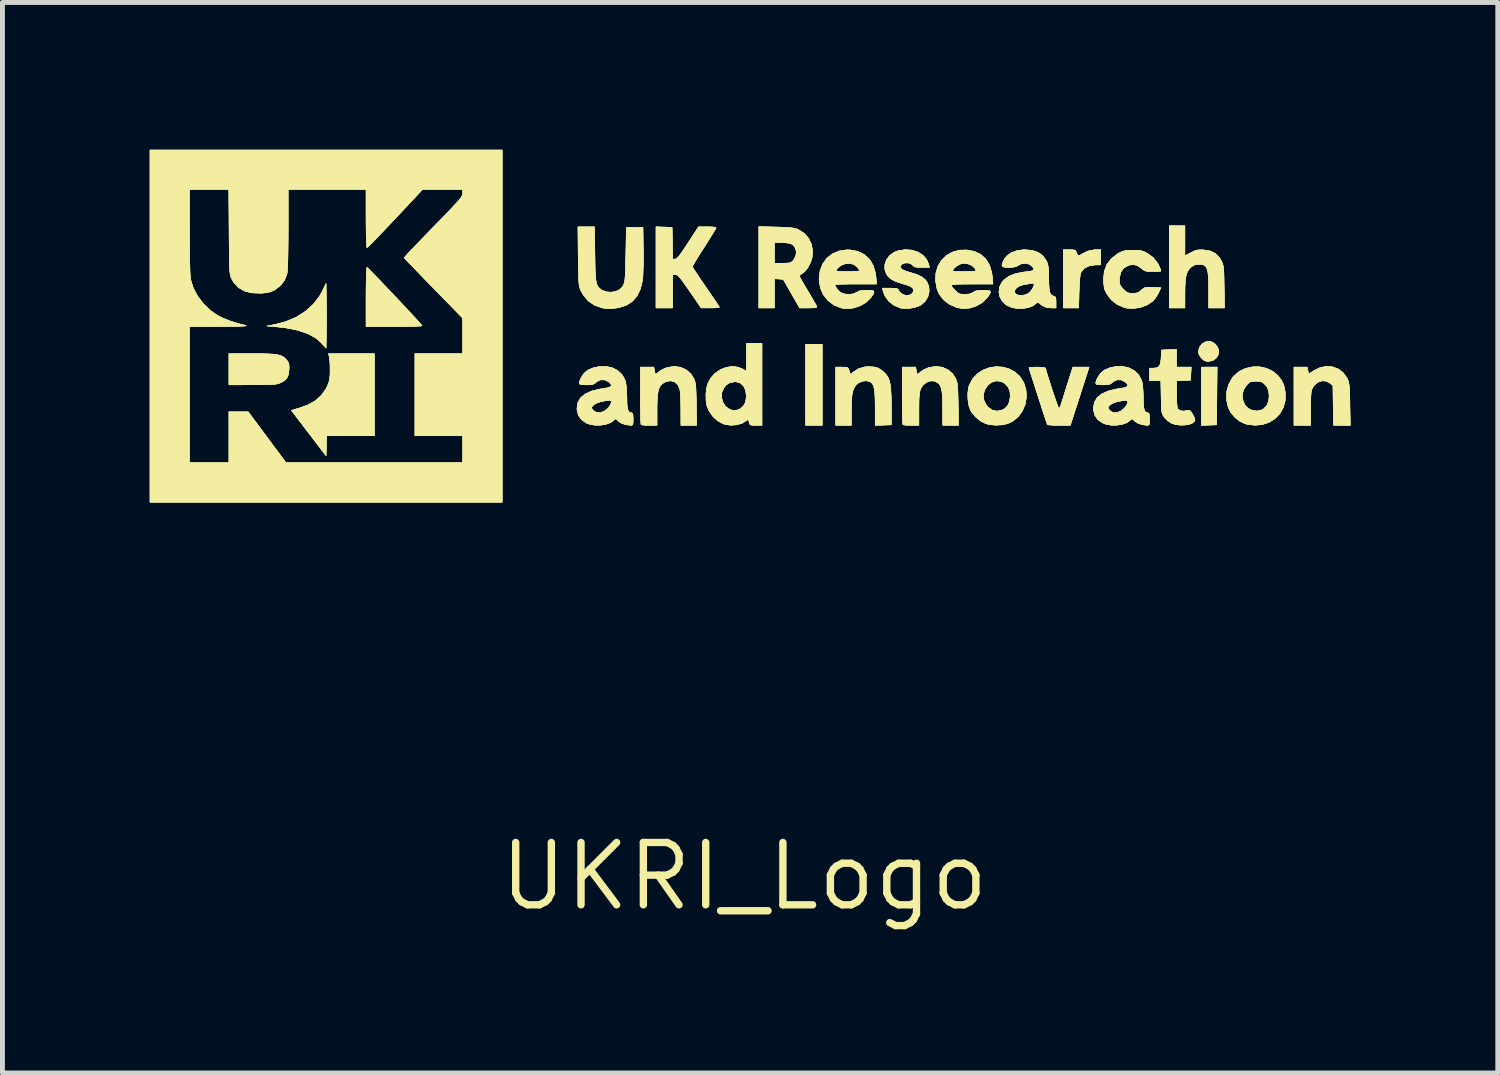
<source format=kicad_pcb>
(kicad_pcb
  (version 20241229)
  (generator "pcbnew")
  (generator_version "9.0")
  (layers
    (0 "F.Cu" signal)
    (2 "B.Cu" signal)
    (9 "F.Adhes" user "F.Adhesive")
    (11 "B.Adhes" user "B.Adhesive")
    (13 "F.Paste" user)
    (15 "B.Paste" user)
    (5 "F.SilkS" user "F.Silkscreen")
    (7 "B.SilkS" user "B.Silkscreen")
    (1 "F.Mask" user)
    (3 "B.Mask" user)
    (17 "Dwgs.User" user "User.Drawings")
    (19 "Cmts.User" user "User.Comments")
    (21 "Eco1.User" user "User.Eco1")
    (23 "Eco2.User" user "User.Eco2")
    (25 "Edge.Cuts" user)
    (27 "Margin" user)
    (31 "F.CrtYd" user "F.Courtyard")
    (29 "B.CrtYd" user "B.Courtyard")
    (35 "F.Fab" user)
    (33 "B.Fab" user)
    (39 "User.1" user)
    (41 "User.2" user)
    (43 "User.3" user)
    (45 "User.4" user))
  (footprint "UKRI_Logo"
    (layer "F.Cu")
    (at 12.112 4.302)
    (property "Reference" "UKRI_Logo" (at 0 10.5 0) (layer "F.SilkS") (effects (font (size 1.27 1.27) (thickness 0.15))))
    (attr through_hole)
    (fp_poly (pts (xy 1.587 1.312) (xy 1.249 1.312) (xy 1.249 -0.339) (xy 1.587 -0.339) (xy 1.587 1.312)) (stroke (width 0.01) (type solid)) (fill yes) (layer "F.SilkS"))
    (fp_poly (pts (xy 1.587 1.312) (xy 1.249 1.312) (xy 1.249 -0.339) (xy 1.587 -0.339) (xy 1.587 1.312)) (stroke (width 0.01) (type solid)) (fill yes) (layer "F.SilkS"))
    (fp_poly (pts (xy 9.626 0.714) (xy 9.62 1.302) (xy 9.313 1.314) (xy 9.313 0.127) (xy 9.632 0.127) (xy 9.626 0.714)) (stroke (width 0.01) (type solid)) (fill yes) (layer "F.SilkS"))
    (fp_poly (pts (xy 9.626 0.714) (xy 9.62 1.302) (xy 9.313 1.314) (xy 9.313 0.127) (xy 9.632 0.127) (xy 9.626 0.714)) (stroke (width 0.01) (type solid)) (fill yes) (layer "F.SilkS"))
    (fp_poly (pts (xy 9.521 -0.388) (xy 9.577 -0.354) (xy 9.593 -0.341) (xy 9.647 -0.27) (xy 9.665 -0.194) (xy 9.651 -0.12) (xy 9.61 -0.056) (xy 9.546 -0.01) (xy 9.463 0.01) (xy 9.404 0.006) (xy 9.351 -0.021) (xy 9.3 -0.073) (xy 9.262 -0.134) (xy 9.25 -0.183) (xy 9.269 -0.272) (xy 9.321 -0.343) (xy 9.398 -0.389) (xy 9.473 -0.402) (xy 9.521 -0.388)) (stroke (width 0.01) (type solid)) (fill yes) (layer "F.SilkS"))
    (fp_poly (pts (xy 9.521 -0.388) (xy 9.577 -0.354) (xy 9.593 -0.341) (xy 9.647 -0.27) (xy 9.665 -0.194) (xy 9.651 -0.12) (xy 9.61 -0.056) (xy 9.546 -0.01) (xy 9.463 0.01) (xy 9.404 0.006) (xy 9.351 -0.021) (xy 9.3 -0.073) (xy 9.262 -0.134) (xy 9.25 -0.183) (xy 9.269 -0.272) (xy 9.321 -0.343) (xy 9.398 -0.389) (xy 9.473 -0.402) (xy 9.521 -0.388)) (stroke (width 0.01) (type solid)) (fill yes) (layer "F.SilkS"))
    (fp_poly (pts (xy -7.535 1.524) (xy -8.507 1.524) (xy -8.52 1.933) (xy -8.873 1.47) (xy -9.226 1.007) (xy -9.074 0.963) (xy -8.887 0.896) (xy -8.736 0.81) (xy -8.616 0.703) (xy -8.523 0.572) (xy -8.493 0.512) (xy -8.464 0.442) (xy -8.448 0.374) (xy -8.439 0.292) (xy -8.437 0.202) (xy -8.438 0.106) (xy -8.442 0.015) (xy -8.449 -0.053) (xy -8.452 -0.069) (xy -8.469 -0.148) (xy -7.535 -0.148) (xy -7.535 1.524)) (stroke (width 0.01) (type solid)) (fill yes) (layer "F.SilkS"))
    (fp_poly (pts (xy -7.535 1.524) (xy -8.507 1.524) (xy -8.52 1.933) (xy -8.873 1.47) (xy -9.226 1.007) (xy -9.074 0.963) (xy -8.887 0.896) (xy -8.736 0.81) (xy -8.616 0.703) (xy -8.523 0.572) (xy -8.493 0.512) (xy -8.464 0.442) (xy -8.448 0.374) (xy -8.439 0.292) (xy -8.437 0.202) (xy -8.438 0.106) (xy -8.442 0.015) (xy -8.449 -0.053) (xy -8.452 -0.069) (xy -8.469 -0.148) (xy -7.535 -0.148) (xy -7.535 1.524)) (stroke (width 0.01) (type solid)) (fill yes) (layer "F.SilkS"))
    (fp_poly (pts (xy -8.514 -1.243) (xy -8.512 -1.091) (xy -8.511 -0.919) (xy -8.512 -0.747) (xy -8.514 -0.595) (xy -8.514 -0.585) (xy -8.52 -0.26) (xy -8.611 -0.363) (xy -8.734 -0.47) (xy -8.894 -0.556) (xy -9.092 -0.624) (xy -9.326 -0.671) (xy -9.525 -0.694) (xy -9.726 -0.711) (xy -9.579 -0.738) (xy -9.343 -0.799) (xy -9.128 -0.89) (xy -8.938 -1.01) (xy -8.778 -1.155) (xy -8.649 -1.323) (xy -8.6 -1.412) (xy -8.52 -1.575) (xy -8.514 -1.243)) (stroke (width 0.01) (type solid)) (fill yes) (layer "F.SilkS"))
    (fp_poly (pts (xy -8.514 -1.243) (xy -8.512 -1.091) (xy -8.511 -0.919) (xy -8.512 -0.747) (xy -8.514 -0.595) (xy -8.514 -0.585) (xy -8.52 -0.26) (xy -8.611 -0.363) (xy -8.734 -0.47) (xy -8.894 -0.556) (xy -9.092 -0.624) (xy -9.326 -0.671) (xy -9.525 -0.694) (xy -9.726 -0.711) (xy -9.579 -0.738) (xy -9.343 -0.799) (xy -9.128 -0.89) (xy -8.938 -1.01) (xy -8.778 -1.155) (xy -8.649 -1.323) (xy -8.6 -1.412) (xy -8.52 -1.575) (xy -8.514 -1.243)) (stroke (width 0.01) (type solid)) (fill yes) (layer "F.SilkS"))
    (fp_poly (pts (xy 6.693 -2.263) (xy 6.733 -2.256) (xy 6.755 -2.237) (xy 6.77 -2.202) (xy 6.77 -2.201) (xy 6.79 -2.155) (xy 6.811 -2.141) (xy 6.848 -2.158) (xy 6.876 -2.177) (xy 6.998 -2.237) (xy 7.136 -2.264) (xy 7.168 -2.265) (xy 7.26 -2.265) (xy 7.26 -1.957) (xy 7.146 -1.955) (xy 7.03 -1.938) (xy 6.935 -1.893) (xy 6.869 -1.825) (xy 6.858 -1.805) (xy 6.843 -1.752) (xy 6.832 -1.657) (xy 6.824 -1.521) (xy 6.82 -1.413) (xy 6.811 -1.079) (xy 6.498 -1.079) (xy 6.498 -2.265) (xy 6.623 -2.265) (xy 6.693 -2.263)) (stroke (width 0.01) (type solid)) (fill yes) (layer "F.SilkS"))
    (fp_poly (pts (xy 6.693 -2.263) (xy 6.733 -2.256) (xy 6.755 -2.237) (xy 6.77 -2.202) (xy 6.77 -2.201) (xy 6.79 -2.155) (xy 6.811 -2.141) (xy 6.848 -2.158) (xy 6.876 -2.177) (xy 6.998 -2.237) (xy 7.136 -2.264) (xy 7.168 -2.265) (xy 7.26 -2.265) (xy 7.26 -1.957) (xy 7.146 -1.955) (xy 7.03 -1.938) (xy 6.935 -1.893) (xy 6.869 -1.825) (xy 6.858 -1.805) (xy 6.843 -1.752) (xy 6.832 -1.657) (xy 6.824 -1.521) (xy 6.82 -1.413) (xy 6.811 -1.079) (xy 6.498 -1.079) (xy 6.498 -2.265) (xy 6.623 -2.265) (xy 6.693 -2.263)) (stroke (width 0.01) (type solid)) (fill yes) (layer "F.SilkS"))
    (fp_poly (pts (xy -10.017 -0.148) (xy -9.84 -0.147) (xy -9.699 -0.143) (xy -9.59 -0.137) (xy -9.507 -0.125) (xy -9.443 -0.108) (xy -9.394 -0.084) (xy -9.355 -0.053) (xy -9.318 -0.012) (xy -9.315 -0.008) (xy -9.288 0.034) (xy -9.275 0.079) (xy -9.273 0.144) (xy -9.275 0.184) (xy -9.289 0.285) (xy -9.322 0.356) (xy -9.381 0.41) (xy -9.451 0.447) (xy -9.483 0.46) (xy -9.521 0.47) (xy -9.571 0.477) (xy -9.638 0.481) (xy -9.729 0.484) (xy -9.85 0.486) (xy -10.007 0.486) (xy -10.017 0.486) (xy -10.499 0.487) (xy -10.499 -0.148) (xy -10.017 -0.148)) (stroke (width 0.01) (type solid)) (fill yes) (layer "F.SilkS"))
    (fp_poly (pts (xy -10.017 -0.148) (xy -9.84 -0.147) (xy -9.699 -0.143) (xy -9.59 -0.137) (xy -9.507 -0.125) (xy -9.443 -0.108) (xy -9.394 -0.084) (xy -9.355 -0.053) (xy -9.318 -0.012) (xy -9.315 -0.008) (xy -9.288 0.034) (xy -9.275 0.079) (xy -9.273 0.144) (xy -9.275 0.184) (xy -9.289 0.285) (xy -9.322 0.356) (xy -9.381 0.41) (xy -9.451 0.447) (xy -9.483 0.46) (xy -9.521 0.47) (xy -9.571 0.477) (xy -9.638 0.481) (xy -9.729 0.484) (xy -9.85 0.486) (xy -10.007 0.486) (xy -10.017 0.486) (xy -10.499 0.487) (xy -10.499 -0.148) (xy -10.017 -0.148)) (stroke (width 0.01) (type solid)) (fill yes) (layer "F.SilkS"))
    (fp_poly (pts (xy -7.669 -1.89) (xy -7.626 -1.848) (xy -7.563 -1.784) (xy -7.482 -1.7) (xy -7.388 -1.602) (xy -7.285 -1.494) (xy -7.176 -1.379) (xy -7.065 -1.261) (xy -6.956 -1.146) (xy -6.853 -1.036) (xy -6.761 -0.936) (xy -6.681 -0.85) (xy -6.62 -0.782) (xy -6.58 -0.736) (xy -6.565 -0.717) (xy -6.584 -0.712) (xy -6.639 -0.708) (xy -6.727 -0.704) (xy -6.841 -0.701) (xy -6.978 -0.699) (xy -7.131 -0.699) (xy -7.705 -0.699) (xy -7.705 -1.302) (xy -7.704 -1.457) (xy -7.702 -1.597) (xy -7.7 -1.717) (xy -7.696 -1.812) (xy -7.692 -1.876) (xy -7.687 -1.904) (xy -7.686 -1.905) (xy -7.669 -1.89)) (stroke (width 0.01) (type solid)) (fill yes) (layer "F.SilkS"))
    (fp_poly (pts (xy -7.669 -1.89) (xy -7.626 -1.848) (xy -7.563 -1.784) (xy -7.482 -1.7) (xy -7.388 -1.602) (xy -7.285 -1.494) (xy -7.176 -1.379) (xy -7.065 -1.261) (xy -6.956 -1.146) (xy -6.853 -1.036) (xy -6.761 -0.936) (xy -6.681 -0.85) (xy -6.62 -0.782) (xy -6.58 -0.736) (xy -6.565 -0.717) (xy -6.584 -0.712) (xy -6.639 -0.708) (xy -6.727 -0.704) (xy -6.841 -0.701) (xy -6.978 -0.699) (xy -7.131 -0.699) (xy -7.705 -0.699) (xy -7.705 -1.302) (xy -7.704 -1.457) (xy -7.702 -1.597) (xy -7.7 -1.717) (xy -7.696 -1.812) (xy -7.692 -1.876) (xy -7.687 -1.904) (xy -7.686 -1.905) (xy -7.669 -1.89)) (stroke (width 0.01) (type solid)) (fill yes) (layer "F.SilkS"))
    (fp_poly (pts (xy 11.981 0.121) (xy 12.098 0.164) (xy 12.198 0.239) (xy 12.274 0.345) (xy 12.279 0.353) (xy 12.296 0.391) (xy 12.308 0.428) (xy 12.318 0.473) (xy 12.325 0.531) (xy 12.329 0.61) (xy 12.333 0.716) (xy 12.336 0.857) (xy 12.336 0.884) (xy 12.344 1.312) (xy 12.004 1.312) (xy 11.997 0.908) (xy 11.991 0.504) (xy 11.932 0.453) (xy 11.854 0.412) (xy 11.769 0.406) (xy 11.686 0.434) (xy 11.614 0.492) (xy 11.571 0.556) (xy 11.557 0.594) (xy 11.547 0.644) (xy 11.541 0.712) (xy 11.537 0.807) (xy 11.536 0.935) (xy 11.536 0.972) (xy 11.536 1.312) (xy 11.197 1.312) (xy 11.197 0.127) (xy 11.468 0.127) (xy 11.481 0.199) (xy 11.495 0.271) (xy 11.599 0.201) (xy 11.725 0.138) (xy 11.855 0.112) (xy 11.981 0.121)) (stroke (width 0.01) (type solid)) (fill yes) (layer "F.SilkS"))
    (fp_poly (pts (xy 11.981 0.121) (xy 12.098 0.164) (xy 12.198 0.239) (xy 12.274 0.345) (xy 12.279 0.353) (xy 12.296 0.391) (xy 12.308 0.428) (xy 12.318 0.473) (xy 12.325 0.531) (xy 12.329 0.61) (xy 12.333 0.716) (xy 12.336 0.857) (xy 12.336 0.884) (xy 12.344 1.312) (xy 12.004 1.312) (xy 11.997 0.908) (xy 11.991 0.504) (xy 11.932 0.453) (xy 11.854 0.412) (xy 11.769 0.406) (xy 11.686 0.434) (xy 11.614 0.492) (xy 11.571 0.556) (xy 11.557 0.594) (xy 11.547 0.644) (xy 11.541 0.712) (xy 11.537 0.807) (xy 11.536 0.935) (xy 11.536 0.972) (xy 11.536 1.312) (xy 11.197 1.312) (xy 11.197 0.127) (xy 11.468 0.127) (xy 11.481 0.199) (xy 11.495 0.271) (xy 11.599 0.201) (xy 11.725 0.138) (xy 11.855 0.112) (xy 11.981 0.121)) (stroke (width 0.01) (type solid)) (fill yes) (layer "F.SilkS"))
    (fp_poly (pts (xy 8.975 -2.14) (xy 9.096 -2.204) (xy 9.171 -2.241) (xy 9.232 -2.259) (xy 9.301 -2.263) (xy 9.358 -2.261) (xy 9.492 -2.239) (xy 9.598 -2.187) (xy 9.68 -2.104) (xy 9.718 -2.039) (xy 9.735 -2.001) (xy 9.748 -1.964) (xy 9.758 -1.921) (xy 9.764 -1.864) (xy 9.769 -1.786) (xy 9.772 -1.681) (xy 9.774 -1.543) (xy 9.775 -1.508) (xy 9.781 -1.079) (xy 9.461 -1.079) (xy 9.461 -1.402) (xy 9.46 -1.573) (xy 9.454 -1.706) (xy 9.444 -1.806) (xy 9.426 -1.877) (xy 9.399 -1.925) (xy 9.362 -1.953) (xy 9.313 -1.966) (xy 9.26 -1.968) (xy 9.186 -1.961) (xy 9.126 -1.93) (xy 9.093 -1.904) (xy 9.051 -1.859) (xy 9.02 -1.802) (xy 8.998 -1.729) (xy 8.984 -1.632) (xy 8.977 -1.505) (xy 8.975 -1.354) (xy 8.975 -1.079) (xy 8.657 -1.079) (xy 8.657 -2.752) (xy 8.975 -2.752) (xy 8.975 -2.14)) (stroke (width 0.01) (type solid)) (fill yes) (layer "F.SilkS"))
    (fp_poly (pts (xy 8.975 -2.14) (xy 9.096 -2.204) (xy 9.171 -2.241) (xy 9.232 -2.259) (xy 9.301 -2.263) (xy 9.358 -2.261) (xy 9.492 -2.239) (xy 9.598 -2.187) (xy 9.68 -2.104) (xy 9.718 -2.039) (xy 9.735 -2.001) (xy 9.748 -1.964) (xy 9.758 -1.921) (xy 9.764 -1.864) (xy 9.769 -1.786) (xy 9.772 -1.681) (xy 9.774 -1.543) (xy 9.775 -1.508) (xy 9.781 -1.079) (xy 9.461 -1.079) (xy 9.461 -1.402) (xy 9.46 -1.573) (xy 9.454 -1.706) (xy 9.444 -1.806) (xy 9.426 -1.877) (xy 9.399 -1.925) (xy 9.362 -1.953) (xy 9.313 -1.966) (xy 9.26 -1.968) (xy 9.186 -1.961) (xy 9.126 -1.93) (xy 9.093 -1.904) (xy 9.051 -1.859) (xy 9.02 -1.802) (xy 8.998 -1.729) (xy 8.984 -1.632) (xy 8.977 -1.505) (xy 8.975 -1.354) (xy 8.975 -1.079) (xy 8.657 -1.079) (xy 8.657 -2.752) (xy 8.975 -2.752) (xy 8.975 -2.14)) (stroke (width 0.01) (type solid)) (fill yes) (layer "F.SilkS"))
    (fp_poly (pts (xy 2.627 0.122) (xy 2.709 0.14) (xy 2.779 0.178) (xy 2.836 0.224) (xy 2.885 0.275) (xy 2.924 0.329) (xy 2.952 0.394) (xy 2.972 0.476) (xy 2.984 0.58) (xy 2.991 0.713) (xy 2.994 0.881) (xy 2.994 0.91) (xy 2.995 1.302) (xy 2.667 1.314) (xy 2.667 0.953) (xy 2.665 0.793) (xy 2.66 0.67) (xy 2.65 0.578) (xy 2.634 0.511) (xy 2.61 0.465) (xy 2.579 0.434) (xy 2.56 0.423) (xy 2.485 0.404) (xy 2.4 0.415) (xy 2.32 0.451) (xy 2.282 0.484) (xy 2.245 0.534) (xy 2.218 0.59) (xy 2.199 0.662) (xy 2.187 0.756) (xy 2.182 0.879) (xy 2.18 1.011) (xy 2.18 1.312) (xy 1.863 1.312) (xy 1.863 0.127) (xy 1.988 0.127) (xy 2.058 0.128) (xy 2.098 0.135) (xy 2.12 0.155) (xy 2.135 0.192) (xy 2.138 0.203) (xy 2.163 0.278) (xy 2.209 0.237) (xy 2.323 0.161) (xy 2.455 0.122) (xy 2.519 0.118) (xy 2.627 0.122)) (stroke (width 0.01) (type solid)) (fill yes) (layer "F.SilkS"))
    (fp_poly (pts (xy 2.627 0.122) (xy 2.709 0.14) (xy 2.779 0.178) (xy 2.836 0.224) (xy 2.885 0.275) (xy 2.924 0.329) (xy 2.952 0.394) (xy 2.972 0.476) (xy 2.984 0.58) (xy 2.991 0.713) (xy 2.994 0.881) (xy 2.994 0.91) (xy 2.995 1.302) (xy 2.667 1.314) (xy 2.667 0.953) (xy 2.665 0.793) (xy 2.66 0.67) (xy 2.65 0.578) (xy 2.634 0.511) (xy 2.61 0.465) (xy 2.579 0.434) (xy 2.56 0.423) (xy 2.485 0.404) (xy 2.4 0.415) (xy 2.32 0.451) (xy 2.282 0.484) (xy 2.245 0.534) (xy 2.218 0.59) (xy 2.199 0.662) (xy 2.187 0.756) (xy 2.182 0.879) (xy 2.18 1.011) (xy 2.18 1.312) (xy 1.863 1.312) (xy 1.863 0.127) (xy 1.988 0.127) (xy 2.058 0.128) (xy 2.098 0.135) (xy 2.12 0.155) (xy 2.135 0.192) (xy 2.138 0.203) (xy 2.163 0.278) (xy 2.209 0.237) (xy 2.323 0.161) (xy 2.455 0.122) (xy 2.519 0.118) (xy 2.627 0.122)) (stroke (width 0.01) (type solid)) (fill yes) (layer "F.SilkS"))
    (fp_poly (pts (xy 8.805 0.127) (xy 9.104 0.127) (xy 9.097 0.259) (xy 9.091 0.392) (xy 8.948 0.398) (xy 8.805 0.404) (xy 8.805 0.674) (xy 8.807 0.805) (xy 8.813 0.897) (xy 8.822 0.956) (xy 8.834 0.983) (xy 8.879 1.013) (xy 8.948 1.023) (xy 9.024 1.011) (xy 9.031 1.009) (xy 9.062 1.005) (xy 9.089 1.022) (xy 9.121 1.068) (xy 9.134 1.089) (xy 9.164 1.15) (xy 9.179 1.2) (xy 9.178 1.218) (xy 9.142 1.259) (xy 9.075 1.288) (xy 8.987 1.305) (xy 8.89 1.309) (xy 8.793 1.298) (xy 8.708 1.272) (xy 8.708 1.272) (xy 8.639 1.229) (xy 8.574 1.17) (xy 8.559 1.152) (xy 8.537 1.121) (xy 8.52 1.092) (xy 8.509 1.057) (xy 8.502 1.01) (xy 8.497 0.941) (xy 8.494 0.844) (xy 8.492 0.737) (xy 8.485 0.402) (xy 8.255 0.402) (xy 8.255 0.148) (xy 8.336 0.148) (xy 8.404 0.14) (xy 8.449 0.112) (xy 8.476 0.057) (xy 8.489 -0.031) (xy 8.492 -0.075) (xy 8.498 -0.222) (xy 8.652 -0.228) (xy 8.805 -0.235) (xy 8.805 0.127)) (stroke (width 0.01) (type solid)) (fill yes) (layer "F.SilkS"))
    (fp_poly (pts (xy 8.805 0.127) (xy 9.104 0.127) (xy 9.097 0.259) (xy 9.091 0.392) (xy 8.948 0.398) (xy 8.805 0.404) (xy 8.805 0.674) (xy 8.807 0.805) (xy 8.813 0.897) (xy 8.822 0.956) (xy 8.834 0.983) (xy 8.879 1.013) (xy 8.948 1.023) (xy 9.024 1.011) (xy 9.031 1.009) (xy 9.062 1.005) (xy 9.089 1.022) (xy 9.121 1.068) (xy 9.134 1.089) (xy 9.164 1.15) (xy 9.179 1.2) (xy 9.178 1.218) (xy 9.142 1.259) (xy 9.075 1.288) (xy 8.987 1.305) (xy 8.89 1.309) (xy 8.793 1.298) (xy 8.708 1.272) (xy 8.708 1.272) (xy 8.639 1.229) (xy 8.574 1.17) (xy 8.559 1.152) (xy 8.537 1.121) (xy 8.52 1.092) (xy 8.509 1.057) (xy 8.502 1.01) (xy 8.497 0.941) (xy 8.494 0.844) (xy 8.492 0.737) (xy 8.485 0.402) (xy 8.255 0.402) (xy 8.255 0.148) (xy 8.336 0.148) (xy 8.404 0.14) (xy 8.449 0.112) (xy 8.476 0.057) (xy 8.489 -0.031) (xy 8.492 -0.075) (xy 8.498 -0.222) (xy 8.652 -0.228) (xy 8.805 -0.235) (xy 8.805 0.127)) (stroke (width 0.01) (type solid)) (fill yes) (layer "F.SilkS"))
    (fp_poly (pts (xy 6.933 0.407) (xy 6.891 0.538) (xy 6.842 0.69) (xy 6.792 0.846) (xy 6.746 0.988) (xy 6.742 1) (xy 6.641 1.312) (xy 6.412 1.312) (xy 6.318 1.311) (xy 6.241 1.307) (xy 6.19 1.302) (xy 6.174 1.296) (xy 6.165 1.272) (xy 6.146 1.215) (xy 6.117 1.129) (xy 6.082 1.023) (xy 6.043 0.901) (xy 6 0.771) (xy 5.957 0.638) (xy 5.916 0.509) (xy 5.878 0.39) (xy 5.845 0.288) (xy 5.82 0.207) (xy 5.804 0.156) (xy 5.8 0.139) (xy 5.819 0.134) (xy 5.871 0.129) (xy 5.945 0.127) (xy 5.969 0.127) (xy 6.066 0.13) (xy 6.123 0.139) (xy 6.138 0.151) (xy 6.145 0.182) (xy 6.162 0.244) (xy 6.188 0.329) (xy 6.22 0.43) (xy 6.255 0.54) (xy 6.292 0.651) (xy 6.328 0.756) (xy 6.36 0.849) (xy 6.386 0.92) (xy 6.404 0.964) (xy 6.411 0.974) (xy 6.425 0.955) (xy 6.446 0.907) (xy 6.464 0.852) (xy 6.485 0.787) (xy 6.514 0.693) (xy 6.549 0.581) (xy 6.586 0.462) (xy 6.597 0.429) (xy 6.692 0.127) (xy 7.023 0.127) (xy 6.933 0.407)) (stroke (width 0.01) (type solid)) (fill yes) (layer "F.SilkS"))
    (fp_poly (pts (xy 6.933 0.407) (xy 6.891 0.538) (xy 6.842 0.69) (xy 6.792 0.846) (xy 6.746 0.988) (xy 6.742 1) (xy 6.641 1.312) (xy 6.412 1.312) (xy 6.318 1.311) (xy 6.241 1.307) (xy 6.19 1.302) (xy 6.174 1.296) (xy 6.165 1.272) (xy 6.146 1.215) (xy 6.117 1.129) (xy 6.082 1.023) (xy 6.043 0.901) (xy 6 0.771) (xy 5.957 0.638) (xy 5.916 0.509) (xy 5.878 0.39) (xy 5.845 0.288) (xy 5.82 0.207) (xy 5.804 0.156) (xy 5.8 0.139) (xy 5.819 0.134) (xy 5.871 0.129) (xy 5.945 0.127) (xy 5.969 0.127) (xy 6.066 0.13) (xy 6.123 0.139) (xy 6.138 0.151) (xy 6.145 0.182) (xy 6.162 0.244) (xy 6.188 0.329) (xy 6.22 0.43) (xy 6.255 0.54) (xy 6.292 0.651) (xy 6.328 0.756) (xy 6.36 0.849) (xy 6.386 0.92) (xy 6.404 0.964) (xy 6.411 0.974) (xy 6.425 0.955) (xy 6.446 0.907) (xy 6.464 0.852) (xy 6.485 0.787) (xy 6.514 0.693) (xy 6.549 0.581) (xy 6.586 0.462) (xy 6.597 0.429) (xy 6.692 0.127) (xy 7.023 0.127) (xy 6.933 0.407)) (stroke (width 0.01) (type solid)) (fill yes) (layer "F.SilkS"))
    (fp_poly (pts (xy 5.262 0.126) (xy 5.392 0.161) (xy 5.511 0.225) (xy 5.613 0.317) (xy 5.69 0.438) (xy 5.695 0.45) (xy 5.739 0.596) (xy 5.746 0.745) (xy 5.72 0.889) (xy 5.663 1.022) (xy 5.579 1.137) (xy 5.469 1.228) (xy 5.361 1.279) (xy 5.249 1.303) (xy 5.12 1.309) (xy 4.995 1.297) (xy 4.919 1.278) (xy 4.815 1.224) (xy 4.714 1.143) (xy 4.634 1.049) (xy 4.61 1.008) (xy 4.575 0.908) (xy 4.556 0.785) (xy 4.554 0.697) (xy 4.87 0.697) (xy 4.882 0.804) (xy 4.931 0.902) (xy 4.964 0.941) (xy 5.051 1.002) (xy 5.147 1.023) (xy 5.248 1.002) (xy 5.309 0.971) (xy 5.364 0.914) (xy 5.401 0.83) (xy 5.418 0.732) (xy 5.413 0.633) (xy 5.383 0.545) (xy 5.377 0.535) (xy 5.308 0.458) (xy 5.222 0.415) (xy 5.129 0.407) (xy 5.037 0.435) (xy 4.96 0.494) (xy 4.896 0.591) (xy 4.87 0.697) (xy 4.554 0.697) (xy 4.553 0.657) (xy 4.569 0.541) (xy 4.583 0.493) (xy 4.653 0.364) (xy 4.748 0.262) (xy 4.862 0.187) (xy 4.99 0.139) (xy 5.126 0.118) (xy 5.262 0.126)) (stroke (width 0.01) (type solid)) (fill yes) (layer "F.SilkS"))
    (fp_poly (pts (xy 5.262 0.126) (xy 5.392 0.161) (xy 5.511 0.225) (xy 5.613 0.317) (xy 5.69 0.438) (xy 5.695 0.45) (xy 5.739 0.596) (xy 5.746 0.745) (xy 5.72 0.889) (xy 5.663 1.022) (xy 5.579 1.137) (xy 5.469 1.228) (xy 5.361 1.279) (xy 5.249 1.303) (xy 5.12 1.309) (xy 4.995 1.297) (xy 4.919 1.278) (xy 4.815 1.224) (xy 4.714 1.143) (xy 4.634 1.049) (xy 4.61 1.008) (xy 4.575 0.908) (xy 4.556 0.785) (xy 4.554 0.697) (xy 4.87 0.697) (xy 4.882 0.804) (xy 4.931 0.902) (xy 4.964 0.941) (xy 5.051 1.002) (xy 5.147 1.023) (xy 5.248 1.002) (xy 5.309 0.971) (xy 5.364 0.914) (xy 5.401 0.83) (xy 5.418 0.732) (xy 5.413 0.633) (xy 5.383 0.545) (xy 5.377 0.535) (xy 5.308 0.458) (xy 5.222 0.415) (xy 5.129 0.407) (xy 5.037 0.435) (xy 4.96 0.494) (xy 4.896 0.591) (xy 4.87 0.697) (xy 4.554 0.697) (xy 4.553 0.657) (xy 4.569 0.541) (xy 4.583 0.493) (xy 4.653 0.364) (xy 4.748 0.262) (xy 4.862 0.187) (xy 4.99 0.139) (xy 5.126 0.118) (xy 5.262 0.126)) (stroke (width 0.01) (type solid)) (fill yes) (layer "F.SilkS"))
    (fp_poly (pts (xy 10.639 0.151) (xy 10.768 0.214) (xy 10.871 0.301) (xy 10.945 0.398) (xy 10.991 0.5) (xy 11.017 0.624) (xy 11.02 0.652) (xy 11.018 0.81) (xy 10.979 0.951) (xy 10.909 1.074) (xy 10.811 1.175) (xy 10.691 1.251) (xy 10.553 1.297) (xy 10.401 1.311) (xy 10.239 1.29) (xy 10.195 1.278) (xy 10.091 1.227) (xy 9.992 1.147) (xy 9.91 1.048) (xy 9.857 0.943) (xy 9.823 0.785) (xy 9.826 0.698) (xy 10.143 0.698) (xy 10.157 0.804) (xy 10.2 0.902) (xy 10.262 0.967) (xy 10.336 1.003) (xy 10.444 1.021) (xy 10.543 0.998) (xy 10.579 0.978) (xy 10.642 0.912) (xy 10.681 0.818) (xy 10.692 0.724) (xy 10.683 0.616) (xy 10.652 0.534) (xy 10.594 0.466) (xy 10.55 0.433) (xy 10.498 0.417) (xy 10.421 0.413) (xy 10.421 0.413) (xy 10.351 0.415) (xy 10.304 0.429) (xy 10.263 0.459) (xy 10.234 0.49) (xy 10.168 0.59) (xy 10.143 0.698) (xy 9.826 0.698) (xy 9.827 0.628) (xy 9.868 0.478) (xy 9.943 0.345) (xy 9.97 0.311) (xy 10.08 0.216) (xy 10.21 0.153) (xy 10.352 0.121) (xy 10.497 0.12) (xy 10.639 0.151)) (stroke (width 0.01) (type solid)) (fill yes) (layer "F.SilkS"))
    (fp_poly (pts (xy 10.639 0.151) (xy 10.768 0.214) (xy 10.871 0.301) (xy 10.945 0.398) (xy 10.991 0.5) (xy 11.017 0.624) (xy 11.02 0.652) (xy 11.018 0.81) (xy 10.979 0.951) (xy 10.909 1.074) (xy 10.811 1.175) (xy 10.691 1.251) (xy 10.553 1.297) (xy 10.401 1.311) (xy 10.239 1.29) (xy 10.195 1.278) (xy 10.091 1.227) (xy 9.992 1.147) (xy 9.91 1.048) (xy 9.857 0.943) (xy 9.823 0.785) (xy 9.826 0.698) (xy 10.143 0.698) (xy 10.157 0.804) (xy 10.2 0.902) (xy 10.262 0.967) (xy 10.336 1.003) (xy 10.444 1.021) (xy 10.543 0.998) (xy 10.579 0.978) (xy 10.642 0.912) (xy 10.681 0.818) (xy 10.692 0.724) (xy 10.683 0.616) (xy 10.652 0.534) (xy 10.594 0.466) (xy 10.55 0.433) (xy 10.498 0.417) (xy 10.421 0.413) (xy 10.421 0.413) (xy 10.351 0.415) (xy 10.304 0.429) (xy 10.263 0.459) (xy 10.234 0.49) (xy 10.168 0.59) (xy 10.143 0.698) (xy 9.826 0.698) (xy 9.827 0.628) (xy 9.868 0.478) (xy 9.943 0.345) (xy 9.97 0.311) (xy 10.08 0.216) (xy 10.21 0.153) (xy 10.352 0.121) (xy 10.497 0.12) (xy 10.639 0.151)) (stroke (width 0.01) (type solid)) (fill yes) (layer "F.SilkS"))
    (fp_poly (pts (xy -1.302 0.129) (xy -1.186 0.18) (xy -1.091 0.262) (xy -1.029 0.358) (xy -1.014 0.395) (xy -1.002 0.435) (xy -0.993 0.484) (xy -0.987 0.55) (xy -0.983 0.639) (xy -0.98 0.757) (xy -0.977 0.884) (xy -0.971 1.312) (xy -1.291 1.312) (xy -1.292 0.99) (xy -1.293 0.869) (xy -1.297 0.757) (xy -1.302 0.664) (xy -1.309 0.598) (xy -1.312 0.582) (xy -1.351 0.491) (xy -1.414 0.431) (xy -1.494 0.405) (xy -1.584 0.417) (xy -1.641 0.445) (xy -1.688 0.481) (xy -1.723 0.526) (xy -1.749 0.587) (xy -1.765 0.669) (xy -1.774 0.78) (xy -1.778 0.924) (xy -1.778 0.985) (xy -1.778 1.312) (xy -1.933 1.312) (xy -2.011 1.311) (xy -2.071 1.306) (xy -2.101 1.299) (xy -2.103 1.298) (xy -2.106 1.274) (xy -2.11 1.213) (xy -2.112 1.121) (xy -2.115 1.004) (xy -2.116 0.866) (xy -2.117 0.715) (xy -2.117 0.706) (xy -2.117 0.127) (xy -1.843 0.127) (xy -1.83 0.201) (xy -1.818 0.25) (xy -1.808 0.274) (xy -1.806 0.275) (xy -1.787 0.262) (xy -1.749 0.23) (xy -1.74 0.222) (xy -1.686 0.185) (xy -1.612 0.15) (xy -1.566 0.134) (xy -1.431 0.113) (xy -1.302 0.129)) (stroke (width 0.01) (type solid)) (fill yes) (layer "F.SilkS"))
    (fp_poly (pts (xy -1.302 0.129) (xy -1.186 0.18) (xy -1.091 0.262) (xy -1.029 0.358) (xy -1.014 0.395) (xy -1.002 0.435) (xy -0.993 0.484) (xy -0.987 0.55) (xy -0.983 0.639) (xy -0.98 0.757) (xy -0.977 0.884) (xy -0.971 1.312) (xy -1.291 1.312) (xy -1.292 0.99) (xy -1.293 0.869) (xy -1.297 0.757) (xy -1.302 0.664) (xy -1.309 0.598) (xy -1.312 0.582) (xy -1.351 0.491) (xy -1.414 0.431) (xy -1.494 0.405) (xy -1.584 0.417) (xy -1.641 0.445) (xy -1.688 0.481) (xy -1.723 0.526) (xy -1.749 0.587) (xy -1.765 0.669) (xy -1.774 0.78) (xy -1.778 0.924) (xy -1.778 0.985) (xy -1.778 1.312) (xy -1.933 1.312) (xy -2.011 1.311) (xy -2.071 1.306) (xy -2.101 1.299) (xy -2.103 1.298) (xy -2.106 1.274) (xy -2.11 1.213) (xy -2.112 1.121) (xy -2.115 1.004) (xy -2.116 0.866) (xy -2.117 0.715) (xy -2.117 0.706) (xy -2.117 0.127) (xy -1.843 0.127) (xy -1.83 0.201) (xy -1.818 0.25) (xy -1.808 0.274) (xy -1.806 0.275) (xy -1.787 0.262) (xy -1.749 0.23) (xy -1.74 0.222) (xy -1.686 0.185) (xy -1.612 0.15) (xy -1.566 0.134) (xy -1.431 0.113) (xy -1.302 0.129)) (stroke (width 0.01) (type solid)) (fill yes) (layer "F.SilkS"))
    (fp_poly (pts (xy 0.36 1.312) (xy 0.235 1.312) (xy 0.166 1.311) (xy 0.127 1.304) (xy 0.109 1.286) (xy 0.099 1.252) (xy 0.098 1.246) (xy 0.087 1.202) (xy 0.072 1.194) (xy 0.047 1.213) (xy -0.043 1.269) (xy -0.156 1.302) (xy -0.28 1.31) (xy -0.4 1.291) (xy -0.426 1.283) (xy -0.541 1.221) (xy -0.643 1.128) (xy -0.721 1.013) (xy -0.762 0.913) (xy -0.779 0.803) (xy -0.78 0.744) (xy -0.463 0.744) (xy -0.437 0.842) (xy -0.382 0.926) (xy -0.316 0.977) (xy -0.24 1.009) (xy -0.174 1.011) (xy -0.099 0.984) (xy -0.098 0.984) (xy -0.02 0.925) (xy 0.027 0.838) (xy 0.042 0.721) (xy 0.042 0.721) (xy 0.028 0.603) (xy -0.013 0.512) (xy -0.079 0.451) (xy -0.167 0.425) (xy -0.19 0.424) (xy -0.291 0.441) (xy -0.372 0.493) (xy -0.417 0.548) (xy -0.458 0.642) (xy -0.463 0.744) (xy -0.78 0.744) (xy -0.781 0.676) (xy -0.767 0.551) (xy -0.748 0.475) (xy -0.688 0.356) (xy -0.601 0.257) (xy -0.494 0.182) (xy -0.374 0.133) (xy -0.249 0.113) (xy -0.127 0.127) (xy -0.026 0.17) (xy 0.042 0.211) (xy 0.042 -0.36) (xy 0.36 -0.36) (xy 0.36 1.312)) (stroke (width 0.01) (type solid)) (fill yes) (layer "F.SilkS"))
    (fp_poly (pts (xy 0.36 1.312) (xy 0.235 1.312) (xy 0.166 1.311) (xy 0.127 1.304) (xy 0.109 1.286) (xy 0.099 1.252) (xy 0.098 1.246) (xy 0.087 1.202) (xy 0.072 1.194) (xy 0.047 1.213) (xy -0.043 1.269) (xy -0.156 1.302) (xy -0.28 1.31) (xy -0.4 1.291) (xy -0.426 1.283) (xy -0.541 1.221) (xy -0.643 1.128) (xy -0.721 1.013) (xy -0.762 0.913) (xy -0.779 0.803) (xy -0.78 0.744) (xy -0.463 0.744) (xy -0.437 0.842) (xy -0.382 0.926) (xy -0.316 0.977) (xy -0.24 1.009) (xy -0.174 1.011) (xy -0.099 0.984) (xy -0.098 0.984) (xy -0.02 0.925) (xy 0.027 0.838) (xy 0.042 0.721) (xy 0.042 0.721) (xy 0.028 0.603) (xy -0.013 0.512) (xy -0.079 0.451) (xy -0.167 0.425) (xy -0.19 0.424) (xy -0.291 0.441) (xy -0.372 0.493) (xy -0.417 0.548) (xy -0.458 0.642) (xy -0.463 0.744) (xy -0.78 0.744) (xy -0.781 0.676) (xy -0.767 0.551) (xy -0.748 0.475) (xy -0.688 0.356) (xy -0.601 0.257) (xy -0.494 0.182) (xy -0.374 0.133) (xy -0.249 0.113) (xy -0.127 0.127) (xy -0.026 0.17) (xy 0.042 0.211) (xy 0.042 -0.36) (xy 0.36 -0.36) (xy 0.36 1.312)) (stroke (width 0.01) (type solid)) (fill yes) (layer "F.SilkS"))
    (fp_poly (pts (xy -1.635 -2.726) (xy -1.471 -2.72) (xy -1.465 -2.397) (xy -1.459 -2.074) (xy -1.41 -2.074) (xy -1.388 -2.08) (xy -1.361 -2.1) (xy -1.327 -2.139) (xy -1.281 -2.201) (xy -1.22 -2.29) (xy -1.146 -2.402) (xy -0.933 -2.731) (xy -0.75 -2.731) (xy -0.659 -2.729) (xy -0.604 -2.724) (xy -0.58 -2.715) (xy -0.578 -2.703) (xy -0.592 -2.677) (xy -0.626 -2.622) (xy -0.675 -2.542) (xy -0.736 -2.444) (xy -0.806 -2.334) (xy -0.823 -2.308) (xy -0.894 -2.196) (xy -0.956 -2.097) (xy -1.007 -2.014) (xy -1.041 -1.955) (xy -1.058 -1.924) (xy -1.058 -1.921) (xy -1.047 -1.899) (xy -1.014 -1.847) (xy -0.965 -1.771) (xy -0.901 -1.676) (xy -0.826 -1.566) (xy -0.783 -1.504) (xy -0.705 -1.389) (xy -0.635 -1.287) (xy -0.577 -1.201) (xy -0.535 -1.137) (xy -0.511 -1.1) (xy -0.508 -1.092) (xy -0.528 -1.087) (xy -0.58 -1.082) (xy -0.655 -1.08) (xy -0.693 -1.08) (xy -0.878 -1.08) (xy -1.111 -1.418) (xy -1.193 -1.536) (xy -1.256 -1.624) (xy -1.302 -1.685) (xy -1.338 -1.724) (xy -1.365 -1.746) (xy -1.388 -1.755) (xy -1.402 -1.757) (xy -1.461 -1.757) (xy -1.461 -1.079) (xy -1.799 -1.079) (xy -1.799 -2.732) (xy -1.635 -2.726)) (stroke (width 0.01) (type solid)) (fill yes) (layer "F.SilkS"))
    (fp_poly (pts (xy -1.635 -2.726) (xy -1.471 -2.72) (xy -1.465 -2.397) (xy -1.459 -2.074) (xy -1.41 -2.074) (xy -1.388 -2.08) (xy -1.361 -2.1) (xy -1.327 -2.139) (xy -1.281 -2.201) (xy -1.22 -2.29) (xy -1.146 -2.402) (xy -0.933 -2.731) (xy -0.75 -2.731) (xy -0.659 -2.729) (xy -0.604 -2.724) (xy -0.58 -2.715) (xy -0.578 -2.703) (xy -0.592 -2.677) (xy -0.626 -2.622) (xy -0.675 -2.542) (xy -0.736 -2.444) (xy -0.806 -2.334) (xy -0.823 -2.308) (xy -0.894 -2.196) (xy -0.956 -2.097) (xy -1.007 -2.014) (xy -1.041 -1.955) (xy -1.058 -1.924) (xy -1.058 -1.921) (xy -1.047 -1.899) (xy -1.014 -1.847) (xy -0.965 -1.771) (xy -0.901 -1.676) (xy -0.826 -1.566) (xy -0.783 -1.504) (xy -0.705 -1.389) (xy -0.635 -1.287) (xy -0.577 -1.201) (xy -0.535 -1.137) (xy -0.511 -1.1) (xy -0.508 -1.092) (xy -0.528 -1.087) (xy -0.58 -1.082) (xy -0.655 -1.08) (xy -0.693 -1.08) (xy -0.878 -1.08) (xy -1.111 -1.418) (xy -1.193 -1.536) (xy -1.256 -1.624) (xy -1.302 -1.685) (xy -1.338 -1.724) (xy -1.365 -1.746) (xy -1.388 -1.755) (xy -1.402 -1.757) (xy -1.461 -1.757) (xy -1.461 -1.079) (xy -1.799 -1.079) (xy -1.799 -2.732) (xy -1.635 -2.726)) (stroke (width 0.01) (type solid)) (fill yes) (layer "F.SilkS"))
    (fp_poly (pts (xy 4.032 0.129) (xy 4.148 0.18) (xy 4.243 0.262) (xy 4.305 0.358) (xy 4.32 0.395) (xy 4.332 0.435) (xy 4.341 0.484) (xy 4.347 0.55) (xy 4.351 0.639) (xy 4.354 0.757) (xy 4.357 0.884) (xy 4.363 1.312) (xy 4.043 1.312) (xy 4.042 0.99) (xy 4.041 0.83) (xy 4.035 0.706) (xy 4.025 0.613) (xy 4.009 0.545) (xy 3.986 0.494) (xy 3.955 0.457) (xy 3.948 0.45) (xy 3.874 0.411) (xy 3.791 0.408) (xy 3.71 0.436) (xy 3.639 0.493) (xy 3.596 0.559) (xy 3.581 0.6) (xy 3.57 0.648) (xy 3.563 0.711) (xy 3.558 0.797) (xy 3.557 0.914) (xy 3.556 0.979) (xy 3.556 1.312) (xy 3.401 1.312) (xy 3.323 1.311) (xy 3.263 1.306) (xy 3.233 1.299) (xy 3.231 1.298) (xy 3.228 1.274) (xy 3.224 1.213) (xy 3.222 1.121) (xy 3.219 1.004) (xy 3.218 0.866) (xy 3.217 0.715) (xy 3.217 0.706) (xy 3.217 0.127) (xy 3.491 0.127) (xy 3.504 0.201) (xy 3.516 0.25) (xy 3.526 0.274) (xy 3.528 0.275) (xy 3.547 0.262) (xy 3.585 0.23) (xy 3.594 0.222) (xy 3.648 0.185) (xy 3.722 0.15) (xy 3.768 0.134) (xy 3.903 0.113) (xy 4.032 0.129)) (stroke (width 0.01) (type solid)) (fill yes) (layer "F.SilkS"))
    (fp_poly (pts (xy 4.032 0.129) (xy 4.148 0.18) (xy 4.243 0.262) (xy 4.305 0.358) (xy 4.32 0.395) (xy 4.332 0.435) (xy 4.341 0.484) (xy 4.347 0.55) (xy 4.351 0.639) (xy 4.354 0.757) (xy 4.357 0.884) (xy 4.363 1.312) (xy 4.043 1.312) (xy 4.042 0.99) (xy 4.041 0.83) (xy 4.035 0.706) (xy 4.025 0.613) (xy 4.009 0.545) (xy 3.986 0.494) (xy 3.955 0.457) (xy 3.948 0.45) (xy 3.874 0.411) (xy 3.791 0.408) (xy 3.71 0.436) (xy 3.639 0.493) (xy 3.596 0.559) (xy 3.581 0.6) (xy 3.57 0.648) (xy 3.563 0.711) (xy 3.558 0.797) (xy 3.557 0.914) (xy 3.556 0.979) (xy 3.556 1.312) (xy 3.401 1.312) (xy 3.323 1.311) (xy 3.263 1.306) (xy 3.233 1.299) (xy 3.231 1.298) (xy 3.228 1.274) (xy 3.224 1.213) (xy 3.222 1.121) (xy 3.219 1.004) (xy 3.218 0.866) (xy 3.217 0.715) (xy 3.217 0.706) (xy 3.217 0.127) (xy 3.491 0.127) (xy 3.504 0.201) (xy 3.516 0.25) (xy 3.526 0.274) (xy 3.528 0.275) (xy 3.547 0.262) (xy 3.585 0.23) (xy 3.594 0.222) (xy 3.648 0.185) (xy 3.722 0.15) (xy 3.768 0.134) (xy 3.903 0.113) (xy 4.032 0.129)) (stroke (width 0.01) (type solid)) (fill yes) (layer "F.SilkS"))
    (fp_poly (pts (xy -3.044 -2.175) (xy -3.041 -1.991) (xy -3.038 -1.845) (xy -3.032 -1.731) (xy -3.023 -1.644) (xy -3.01 -1.579) (xy -2.992 -1.531) (xy -2.968 -1.496) (xy -2.937 -1.467) (xy -2.897 -1.439) (xy -2.894 -1.437) (xy -2.813 -1.407) (xy -2.717 -1.399) (xy -2.622 -1.413) (xy -2.544 -1.449) (xy -2.528 -1.462) (xy -2.498 -1.491) (xy -2.474 -1.52) (xy -2.456 -1.554) (xy -2.442 -1.598) (xy -2.432 -1.657) (xy -2.425 -1.737) (xy -2.42 -1.844) (xy -2.417 -1.982) (xy -2.413 -2.157) (xy -2.413 -2.159) (xy -2.402 -2.72) (xy -2.064 -2.72) (xy -2.058 -2.254) (xy -2.057 -2.107) (xy -2.058 -1.965) (xy -2.062 -1.836) (xy -2.066 -1.729) (xy -2.073 -1.654) (xy -2.074 -1.64) (xy -2.117 -1.465) (xy -2.186 -1.322) (xy -2.283 -1.211) (xy -2.408 -1.132) (xy -2.561 -1.084) (xy -2.678 -1.069) (xy -2.765 -1.067) (xy -2.851 -1.073) (xy -2.893 -1.079) (xy -3.046 -1.132) (xy -3.175 -1.219) (xy -3.278 -1.34) (xy -3.327 -1.429) (xy -3.342 -1.462) (xy -3.353 -1.494) (xy -3.362 -1.532) (xy -3.368 -1.581) (xy -3.373 -1.647) (xy -3.376 -1.734) (xy -3.379 -1.848) (xy -3.381 -1.995) (xy -3.383 -2.133) (xy -3.389 -2.731) (xy -3.051 -2.731) (xy -3.044 -2.175)) (stroke (width 0.01) (type solid)) (fill yes) (layer "F.SilkS"))
    (fp_poly (pts (xy -3.044 -2.175) (xy -3.041 -1.991) (xy -3.038 -1.845) (xy -3.032 -1.731) (xy -3.023 -1.644) (xy -3.01 -1.579) (xy -2.992 -1.531) (xy -2.968 -1.496) (xy -2.937 -1.467) (xy -2.897 -1.439) (xy -2.894 -1.437) (xy -2.813 -1.407) (xy -2.717 -1.399) (xy -2.622 -1.413) (xy -2.544 -1.449) (xy -2.528 -1.462) (xy -2.498 -1.491) (xy -2.474 -1.52) (xy -2.456 -1.554) (xy -2.442 -1.598) (xy -2.432 -1.657) (xy -2.425 -1.737) (xy -2.42 -1.844) (xy -2.417 -1.982) (xy -2.413 -2.157) (xy -2.413 -2.159) (xy -2.402 -2.72) (xy -2.064 -2.72) (xy -2.058 -2.254) (xy -2.057 -2.107) (xy -2.058 -1.965) (xy -2.062 -1.836) (xy -2.066 -1.729) (xy -2.073 -1.654) (xy -2.074 -1.64) (xy -2.117 -1.465) (xy -2.186 -1.322) (xy -2.283 -1.211) (xy -2.408 -1.132) (xy -2.561 -1.084) (xy -2.678 -1.069) (xy -2.765 -1.067) (xy -2.851 -1.073) (xy -2.893 -1.079) (xy -3.046 -1.132) (xy -3.175 -1.219) (xy -3.278 -1.34) (xy -3.327 -1.429) (xy -3.342 -1.462) (xy -3.353 -1.494) (xy -3.362 -1.532) (xy -3.368 -1.581) (xy -3.373 -1.647) (xy -3.376 -1.734) (xy -3.379 -1.848) (xy -3.381 -1.995) (xy -3.383 -2.133) (xy -3.389 -2.731) (xy -3.051 -2.731) (xy -3.044 -2.175)) (stroke (width 0.01) (type solid)) (fill yes) (layer "F.SilkS"))
    (fp_poly (pts (xy 0.651 -2.727) (xy 0.789 -2.722) (xy 0.892 -2.717) (xy 0.968 -2.71) (xy 1.025 -2.7) (xy 1.071 -2.687) (xy 1.101 -2.675) (xy 1.22 -2.599) (xy 1.311 -2.496) (xy 1.369 -2.372) (xy 1.392 -2.234) (xy 1.381 -2.104) (xy 1.348 -2.003) (xy 1.297 -1.906) (xy 1.236 -1.826) (xy 1.177 -1.779) (xy 1.138 -1.752) (xy 1.122 -1.73) (xy 1.132 -1.706) (xy 1.161 -1.652) (xy 1.204 -1.576) (xy 1.258 -1.484) (xy 1.291 -1.43) (xy 1.35 -1.33) (xy 1.402 -1.241) (xy 1.443 -1.171) (xy 1.468 -1.125) (xy 1.473 -1.114) (xy 1.475 -1.097) (xy 1.459 -1.087) (xy 1.419 -1.082) (xy 1.347 -1.08) (xy 1.307 -1.079) (xy 1.128 -1.079) (xy 0.96 -1.371) (xy 0.793 -1.662) (xy 0.614 -1.675) (xy 0.614 -1.079) (xy 0.296 -1.079) (xy 0.296 -1.99) (xy 0.614 -1.99) (xy 0.781 -1.99) (xy 0.866 -1.991) (xy 0.92 -1.996) (xy 0.955 -2.008) (xy 0.984 -2.032) (xy 1.004 -2.055) (xy 1.048 -2.135) (xy 1.061 -2.221) (xy 1.04 -2.302) (xy 1.004 -2.351) (xy 0.969 -2.378) (xy 0.927 -2.395) (xy 0.865 -2.404) (xy 0.782 -2.41) (xy 0.614 -2.417) (xy 0.614 -1.99) (xy 0.296 -1.99) (xy 0.296 -2.735) (xy 0.651 -2.727)) (stroke (width 0.01) (type solid)) (fill yes) (layer "F.SilkS"))
    (fp_poly (pts (xy 0.651 -2.727) (xy 0.789 -2.722) (xy 0.892 -2.717) (xy 0.968 -2.71) (xy 1.025 -2.7) (xy 1.071 -2.687) (xy 1.101 -2.675) (xy 1.22 -2.599) (xy 1.311 -2.496) (xy 1.369 -2.372) (xy 1.392 -2.234) (xy 1.381 -2.104) (xy 1.348 -2.003) (xy 1.297 -1.906) (xy 1.236 -1.826) (xy 1.177 -1.779) (xy 1.138 -1.752) (xy 1.122 -1.73) (xy 1.132 -1.706) (xy 1.161 -1.652) (xy 1.204 -1.576) (xy 1.258 -1.484) (xy 1.291 -1.43) (xy 1.35 -1.33) (xy 1.402 -1.241) (xy 1.443 -1.171) (xy 1.468 -1.125) (xy 1.473 -1.114) (xy 1.475 -1.097) (xy 1.459 -1.087) (xy 1.419 -1.082) (xy 1.347 -1.08) (xy 1.307 -1.079) (xy 1.128 -1.079) (xy 0.96 -1.371) (xy 0.793 -1.662) (xy 0.614 -1.675) (xy 0.614 -1.079) (xy 0.296 -1.079) (xy 0.296 -1.99) (xy 0.614 -1.99) (xy 0.781 -1.99) (xy 0.866 -1.991) (xy 0.92 -1.996) (xy 0.955 -2.008) (xy 0.984 -2.032) (xy 1.004 -2.055) (xy 1.048 -2.135) (xy 1.061 -2.221) (xy 1.04 -2.302) (xy 1.004 -2.351) (xy 0.969 -2.378) (xy 0.927 -2.395) (xy 0.865 -2.404) (xy 0.782 -2.41) (xy 0.614 -2.417) (xy 0.614 -1.99) (xy 0.296 -1.99) (xy 0.296 -2.735) (xy 0.651 -2.727)) (stroke (width 0.01) (type solid)) (fill yes) (layer "F.SilkS"))
    (fp_poly (pts (xy 3.409 -2.257) (xy 3.532 -2.219) (xy 3.636 -2.155) (xy 3.714 -2.066) (xy 3.758 -1.963) (xy 3.772 -1.905) (xy 3.616 -1.905) (xy 3.532 -1.907) (xy 3.48 -1.914) (xy 3.45 -1.928) (xy 3.436 -1.945) (xy 3.392 -1.981) (xy 3.329 -1.997) (xy 3.263 -1.993) (xy 3.208 -1.969) (xy 3.182 -1.935) (xy 3.183 -1.896) (xy 3.219 -1.86) (xy 3.293 -1.827) (xy 3.383 -1.8) (xy 3.514 -1.76) (xy 3.611 -1.714) (xy 3.682 -1.657) (xy 3.72 -1.61) (xy 3.76 -1.515) (xy 3.765 -1.411) (xy 3.739 -1.307) (xy 3.683 -1.214) (xy 3.602 -1.142) (xy 3.575 -1.127) (xy 3.473 -1.09) (xy 3.356 -1.069) (xy 3.243 -1.068) (xy 3.184 -1.077) (xy 3.054 -1.13) (xy 2.946 -1.212) (xy 2.867 -1.319) (xy 2.828 -1.423) (xy 2.814 -1.482) (xy 2.974 -1.482) (xy 3.058 -1.479) (xy 3.113 -1.471) (xy 3.133 -1.46) (xy 3.146 -1.431) (xy 3.18 -1.39) (xy 3.185 -1.385) (xy 3.245 -1.346) (xy 3.313 -1.333) (xy 3.377 -1.344) (xy 3.426 -1.377) (xy 3.45 -1.429) (xy 3.45 -1.44) (xy 3.436 -1.479) (xy 3.392 -1.514) (xy 3.313 -1.547) (xy 3.215 -1.575) (xy 3.086 -1.617) (xy 2.991 -1.666) (xy 2.924 -1.728) (xy 2.9 -1.762) (xy 2.863 -1.86) (xy 2.863 -1.961) (xy 2.896 -2.058) (xy 2.959 -2.144) (xy 3.048 -2.211) (xy 3.128 -2.243) (xy 3.272 -2.266) (xy 3.409 -2.257)) (stroke (width 0.01) (type solid)) (fill yes) (layer "F.SilkS"))
    (fp_poly (pts (xy 3.409 -2.257) (xy 3.532 -2.219) (xy 3.636 -2.155) (xy 3.714 -2.066) (xy 3.758 -1.963) (xy 3.772 -1.905) (xy 3.616 -1.905) (xy 3.532 -1.907) (xy 3.48 -1.914) (xy 3.45 -1.928) (xy 3.436 -1.945) (xy 3.392 -1.981) (xy 3.329 -1.997) (xy 3.263 -1.993) (xy 3.208 -1.969) (xy 3.182 -1.935) (xy 3.183 -1.896) (xy 3.219 -1.86) (xy 3.293 -1.827) (xy 3.383 -1.8) (xy 3.514 -1.76) (xy 3.611 -1.714) (xy 3.682 -1.657) (xy 3.72 -1.61) (xy 3.76 -1.515) (xy 3.765 -1.411) (xy 3.739 -1.307) (xy 3.683 -1.214) (xy 3.602 -1.142) (xy 3.575 -1.127) (xy 3.473 -1.09) (xy 3.356 -1.069) (xy 3.243 -1.068) (xy 3.184 -1.077) (xy 3.054 -1.13) (xy 2.946 -1.212) (xy 2.867 -1.319) (xy 2.828 -1.423) (xy 2.814 -1.482) (xy 2.974 -1.482) (xy 3.058 -1.479) (xy 3.113 -1.471) (xy 3.133 -1.46) (xy 3.146 -1.431) (xy 3.18 -1.39) (xy 3.185 -1.385) (xy 3.245 -1.346) (xy 3.313 -1.333) (xy 3.377 -1.344) (xy 3.426 -1.377) (xy 3.45 -1.429) (xy 3.45 -1.44) (xy 3.436 -1.479) (xy 3.392 -1.514) (xy 3.313 -1.547) (xy 3.215 -1.575) (xy 3.086 -1.617) (xy 2.991 -1.666) (xy 2.924 -1.728) (xy 2.9 -1.762) (xy 2.863 -1.86) (xy 2.863 -1.961) (xy 2.896 -2.058) (xy 2.959 -2.144) (xy 3.048 -2.211) (xy 3.128 -2.243) (xy 3.272 -2.266) (xy 3.409 -2.257)) (stroke (width 0.01) (type solid)) (fill yes) (layer "F.SilkS"))
    (fp_poly (pts (xy 8.011 -2.252) (xy 8.078 -2.245) (xy 8.133 -2.229) (xy 8.192 -2.201) (xy 8.207 -2.193) (xy 8.332 -2.102) (xy 8.423 -1.985) (xy 8.457 -1.916) (xy 8.477 -1.866) (xy 8.487 -1.834) (xy 8.488 -1.832) (xy 8.468 -1.826) (xy 8.417 -1.822) (xy 8.344 -1.82) (xy 8.327 -1.82) (xy 8.242 -1.822) (xy 8.186 -1.828) (xy 8.145 -1.844) (xy 8.107 -1.872) (xy 8.093 -1.884) (xy 8.009 -1.942) (xy 7.927 -1.964) (xy 7.838 -1.95) (xy 7.823 -1.945) (xy 7.732 -1.894) (xy 7.672 -1.814) (xy 7.644 -1.706) (xy 7.641 -1.656) (xy 7.644 -1.585) (xy 7.658 -1.536) (xy 7.692 -1.491) (xy 7.723 -1.458) (xy 7.777 -1.409) (xy 7.822 -1.385) (xy 7.877 -1.376) (xy 7.912 -1.376) (xy 7.985 -1.381) (xy 8.037 -1.4) (xy 8.087 -1.44) (xy 8.124 -1.472) (xy 8.157 -1.491) (xy 8.2 -1.499) (xy 8.265 -1.5) (xy 8.321 -1.498) (xy 8.487 -1.492) (xy 8.437 -1.386) (xy 8.396 -1.314) (xy 8.349 -1.248) (xy 8.326 -1.224) (xy 8.215 -1.145) (xy 8.08 -1.093) (xy 7.935 -1.068) (xy 7.792 -1.076) (xy 7.743 -1.087) (xy 7.6 -1.148) (xy 7.478 -1.243) (xy 7.384 -1.367) (xy 7.343 -1.45) (xy 7.331 -1.504) (xy 7.321 -1.582) (xy 7.318 -1.665) (xy 7.334 -1.825) (xy 7.386 -1.963) (xy 7.475 -2.081) (xy 7.601 -2.179) (xy 7.649 -2.207) (xy 7.706 -2.232) (xy 7.769 -2.247) (xy 7.851 -2.253) (xy 7.916 -2.254) (xy 8.011 -2.252)) (stroke (width 0.01) (type solid)) (fill yes) (layer "F.SilkS"))
    (fp_poly (pts (xy 8.011 -2.252) (xy 8.078 -2.245) (xy 8.133 -2.229) (xy 8.192 -2.201) (xy 8.207 -2.193) (xy 8.332 -2.102) (xy 8.423 -1.985) (xy 8.457 -1.916) (xy 8.477 -1.866) (xy 8.487 -1.834) (xy 8.488 -1.832) (xy 8.468 -1.826) (xy 8.417 -1.822) (xy 8.344 -1.82) (xy 8.327 -1.82) (xy 8.242 -1.822) (xy 8.186 -1.828) (xy 8.145 -1.844) (xy 8.107 -1.872) (xy 8.093 -1.884) (xy 8.009 -1.942) (xy 7.927 -1.964) (xy 7.838 -1.95) (xy 7.823 -1.945) (xy 7.732 -1.894) (xy 7.672 -1.814) (xy 7.644 -1.706) (xy 7.641 -1.656) (xy 7.644 -1.585) (xy 7.658 -1.536) (xy 7.692 -1.491) (xy 7.723 -1.458) (xy 7.777 -1.409) (xy 7.822 -1.385) (xy 7.877 -1.376) (xy 7.912 -1.376) (xy 7.985 -1.381) (xy 8.037 -1.4) (xy 8.087 -1.44) (xy 8.124 -1.472) (xy 8.157 -1.491) (xy 8.2 -1.499) (xy 8.265 -1.5) (xy 8.321 -1.498) (xy 8.487 -1.492) (xy 8.437 -1.386) (xy 8.396 -1.314) (xy 8.349 -1.248) (xy 8.326 -1.224) (xy 8.215 -1.145) (xy 8.08 -1.093) (xy 7.935 -1.068) (xy 7.792 -1.076) (xy 7.743 -1.087) (xy 7.6 -1.148) (xy 7.478 -1.243) (xy 7.384 -1.367) (xy 7.343 -1.45) (xy 7.331 -1.504) (xy 7.321 -1.582) (xy 7.318 -1.665) (xy 7.334 -1.825) (xy 7.386 -1.963) (xy 7.475 -2.081) (xy 7.601 -2.179) (xy 7.649 -2.207) (xy 7.706 -2.232) (xy 7.769 -2.247) (xy 7.851 -2.253) (xy 7.916 -2.254) (xy 8.011 -2.252)) (stroke (width 0.01) (type solid)) (fill yes) (layer "F.SilkS"))
    (fp_poly (pts (xy 2.157 -2.26) (xy 2.312 -2.231) (xy 2.443 -2.167) (xy 2.548 -2.072) (xy 2.624 -1.947) (xy 2.671 -1.793) (xy 2.683 -1.7) (xy 2.694 -1.566) (xy 2.268 -1.566) (xy 2.139 -1.566) (xy 2.025 -1.564) (xy 1.934 -1.562) (xy 1.871 -1.558) (xy 1.842 -1.555) (xy 1.841 -1.554) (xy 1.856 -1.514) (xy 1.892 -1.463) (xy 1.937 -1.414) (xy 1.969 -1.389) (xy 2.045 -1.362) (xy 2.135 -1.355) (xy 2.223 -1.366) (xy 2.29 -1.396) (xy 2.292 -1.397) (xy 2.333 -1.421) (xy 2.388 -1.434) (xy 2.469 -1.439) (xy 2.496 -1.439) (xy 2.583 -1.437) (xy 2.632 -1.425) (xy 2.643 -1.398) (xy 2.622 -1.351) (xy 2.576 -1.288) (xy 2.482 -1.195) (xy 2.361 -1.123) (xy 2.227 -1.078) (xy 2.09 -1.063) (xy 1.979 -1.077) (xy 1.83 -1.137) (xy 1.707 -1.228) (xy 1.612 -1.346) (xy 1.55 -1.487) (xy 1.525 -1.645) (xy 1.524 -1.672) (xy 1.543 -1.833) (xy 1.547 -1.845) (xy 1.876 -1.845) (xy 1.879 -1.833) (xy 1.9 -1.825) (xy 1.945 -1.822) (xy 2.021 -1.82) (xy 2.105 -1.82) (xy 2.201 -1.822) (xy 2.279 -1.825) (xy 2.331 -1.83) (xy 2.349 -1.836) (xy 2.333 -1.87) (xy 2.296 -1.914) (xy 2.25 -1.953) (xy 2.229 -1.966) (xy 2.147 -1.987) (xy 2.055 -1.979) (xy 1.969 -1.945) (xy 1.902 -1.89) (xy 1.884 -1.864) (xy 1.876 -1.845) (xy 1.547 -1.845) (xy 1.597 -1.974) (xy 1.682 -2.091) (xy 1.794 -2.18) (xy 1.929 -2.238) (xy 2.084 -2.262) (xy 2.157 -2.26)) (stroke (width 0.01) (type solid)) (fill yes) (layer "F.SilkS"))
    (fp_poly (pts (xy 2.157 -2.26) (xy 2.312 -2.231) (xy 2.443 -2.167) (xy 2.548 -2.072) (xy 2.624 -1.947) (xy 2.671 -1.793) (xy 2.683 -1.7) (xy 2.694 -1.566) (xy 2.268 -1.566) (xy 2.139 -1.566) (xy 2.025 -1.564) (xy 1.934 -1.562) (xy 1.871 -1.558) (xy 1.842 -1.555) (xy 1.841 -1.554) (xy 1.856 -1.514) (xy 1.892 -1.463) (xy 1.937 -1.414) (xy 1.969 -1.389) (xy 2.045 -1.362) (xy 2.135 -1.355) (xy 2.223 -1.366) (xy 2.29 -1.396) (xy 2.292 -1.397) (xy 2.333 -1.421) (xy 2.388 -1.434) (xy 2.469 -1.439) (xy 2.496 -1.439) (xy 2.583 -1.437) (xy 2.632 -1.425) (xy 2.643 -1.398) (xy 2.622 -1.351) (xy 2.576 -1.288) (xy 2.482 -1.195) (xy 2.361 -1.123) (xy 2.227 -1.078) (xy 2.09 -1.063) (xy 1.979 -1.077) (xy 1.83 -1.137) (xy 1.707 -1.228) (xy 1.612 -1.346) (xy 1.55 -1.487) (xy 1.525 -1.645) (xy 1.524 -1.672) (xy 1.543 -1.833) (xy 1.547 -1.845) (xy 1.876 -1.845) (xy 1.879 -1.833) (xy 1.9 -1.825) (xy 1.945 -1.822) (xy 2.021 -1.82) (xy 2.105 -1.82) (xy 2.201 -1.822) (xy 2.279 -1.825) (xy 2.331 -1.83) (xy 2.349 -1.836) (xy 2.333 -1.87) (xy 2.296 -1.914) (xy 2.25 -1.953) (xy 2.229 -1.966) (xy 2.147 -1.987) (xy 2.055 -1.979) (xy 1.969 -1.945) (xy 1.902 -1.89) (xy 1.884 -1.864) (xy 1.876 -1.845) (xy 1.547 -1.845) (xy 1.597 -1.974) (xy 1.682 -2.091) (xy 1.794 -2.18) (xy 1.929 -2.238) (xy 2.084 -2.262) (xy 2.157 -2.26)) (stroke (width 0.01) (type solid)) (fill yes) (layer "F.SilkS"))
    (fp_poly (pts (xy 4.684 -2.231) (xy 4.816 -2.169) (xy 4.92 -2.075) (xy 4.995 -1.95) (xy 5.041 -1.796) (xy 5.053 -1.709) (xy 5.065 -1.566) (xy 4.639 -1.566) (xy 4.478 -1.565) (xy 4.357 -1.563) (xy 4.274 -1.558) (xy 4.227 -1.551) (xy 4.212 -1.543) (xy 4.226 -1.516) (xy 4.262 -1.471) (xy 4.294 -1.437) (xy 4.347 -1.388) (xy 4.391 -1.364) (xy 4.447 -1.355) (xy 4.493 -1.355) (xy 4.582 -1.362) (xy 4.645 -1.385) (xy 4.662 -1.397) (xy 4.704 -1.421) (xy 4.759 -1.434) (xy 4.839 -1.439) (xy 4.866 -1.439) (xy 4.954 -1.437) (xy 5.002 -1.425) (xy 5.014 -1.398) (xy 4.993 -1.351) (xy 4.947 -1.288) (xy 4.851 -1.192) (xy 4.73 -1.121) (xy 4.596 -1.077) (xy 4.458 -1.065) (xy 4.329 -1.087) (xy 4.329 -1.087) (xy 4.175 -1.156) (xy 4.054 -1.25) (xy 3.967 -1.368) (xy 3.926 -1.469) (xy 3.896 -1.633) (xy 3.903 -1.787) (xy 3.92 -1.845) (xy 4.247 -1.845) (xy 4.25 -1.833) (xy 4.27 -1.825) (xy 4.315 -1.822) (xy 4.391 -1.82) (xy 4.476 -1.82) (xy 4.572 -1.821) (xy 4.65 -1.824) (xy 4.702 -1.828) (xy 4.72 -1.832) (xy 4.701 -1.885) (xy 4.651 -1.933) (xy 4.581 -1.97) (xy 4.502 -1.989) (xy 4.483 -1.99) (xy 4.405 -1.975) (xy 4.328 -1.936) (xy 4.269 -1.884) (xy 4.255 -1.864) (xy 4.247 -1.845) (xy 3.92 -1.845) (xy 3.944 -1.926) (xy 4.016 -2.047) (xy 4.115 -2.145) (xy 4.238 -2.216) (xy 4.382 -2.255) (xy 4.527 -2.26) (xy 4.684 -2.231)) (stroke (width 0.01) (type solid)) (fill yes) (layer "F.SilkS"))
    (fp_poly (pts (xy 4.684 -2.231) (xy 4.816 -2.169) (xy 4.92 -2.075) (xy 4.995 -1.95) (xy 5.041 -1.796) (xy 5.053 -1.709) (xy 5.065 -1.566) (xy 4.639 -1.566) (xy 4.478 -1.565) (xy 4.357 -1.563) (xy 4.274 -1.558) (xy 4.227 -1.551) (xy 4.212 -1.543) (xy 4.226 -1.516) (xy 4.262 -1.471) (xy 4.294 -1.437) (xy 4.347 -1.388) (xy 4.391 -1.364) (xy 4.447 -1.355) (xy 4.493 -1.355) (xy 4.582 -1.362) (xy 4.645 -1.385) (xy 4.662 -1.397) (xy 4.704 -1.421) (xy 4.759 -1.434) (xy 4.839 -1.439) (xy 4.866 -1.439) (xy 4.954 -1.437) (xy 5.002 -1.425) (xy 5.014 -1.398) (xy 4.993 -1.351) (xy 4.947 -1.288) (xy 4.851 -1.192) (xy 4.73 -1.121) (xy 4.596 -1.077) (xy 4.458 -1.065) (xy 4.329 -1.087) (xy 4.329 -1.087) (xy 4.175 -1.156) (xy 4.054 -1.25) (xy 3.967 -1.368) (xy 3.926 -1.469) (xy 3.896 -1.633) (xy 3.903 -1.787) (xy 3.92 -1.845) (xy 4.247 -1.845) (xy 4.25 -1.833) (xy 4.27 -1.825) (xy 4.315 -1.822) (xy 4.391 -1.82) (xy 4.476 -1.82) (xy 4.572 -1.821) (xy 4.65 -1.824) (xy 4.702 -1.828) (xy 4.72 -1.832) (xy 4.701 -1.885) (xy 4.651 -1.933) (xy 4.581 -1.97) (xy 4.502 -1.989) (xy 4.483 -1.99) (xy 4.405 -1.975) (xy 4.328 -1.936) (xy 4.269 -1.884) (xy 4.255 -1.864) (xy 4.247 -1.845) (xy 3.92 -1.845) (xy 3.944 -1.926) (xy 4.016 -2.047) (xy 4.115 -2.145) (xy 4.238 -2.216) (xy 4.382 -2.255) (xy 4.527 -2.26) (xy 4.684 -2.231)) (stroke (width 0.01) (type solid)) (fill yes) (layer "F.SilkS"))
    (fp_poly (pts (xy 5.868 -2.25) (xy 5.993 -2.207) (xy 6.089 -2.133) (xy 6.159 -2.029) (xy 6.162 -2.022) (xy 6.18 -1.972) (xy 6.192 -1.91) (xy 6.199 -1.826) (xy 6.201 -1.712) (xy 6.201 -1.689) (xy 6.204 -1.556) (xy 6.211 -1.46) (xy 6.224 -1.393) (xy 6.246 -1.351) (xy 6.277 -1.328) (xy 6.296 -1.321) (xy 6.328 -1.309) (xy 6.344 -1.287) (xy 6.349 -1.241) (xy 6.35 -1.194) (xy 6.35 -1.079) (xy 6.253 -1.079) (xy 6.152 -1.09) (xy 6.07 -1.127) (xy 6.02 -1.168) (xy 5.986 -1.194) (xy 5.963 -1.191) (xy 5.947 -1.174) (xy 5.88 -1.122) (xy 5.783 -1.086) (xy 5.669 -1.068) (xy 5.549 -1.07) (xy 5.451 -1.088) (xy 5.342 -1.137) (xy 5.26 -1.211) (xy 5.208 -1.302) (xy 5.187 -1.403) (xy 5.188 -1.405) (xy 5.504 -1.405) (xy 5.524 -1.366) (xy 5.574 -1.341) (xy 5.637 -1.333) (xy 5.709 -1.343) (xy 5.775 -1.367) (xy 5.78 -1.37) (xy 5.831 -1.414) (xy 5.875 -1.477) (xy 5.902 -1.541) (xy 5.905 -1.566) (xy 5.888 -1.582) (xy 5.847 -1.58) (xy 5.788 -1.569) (xy 5.715 -1.557) (xy 5.7 -1.555) (xy 5.614 -1.531) (xy 5.551 -1.494) (xy 5.514 -1.45) (xy 5.504 -1.405) (xy 5.188 -1.405) (xy 5.2 -1.506) (xy 5.249 -1.604) (xy 5.294 -1.655) (xy 5.395 -1.727) (xy 5.527 -1.778) (xy 5.694 -1.81) (xy 5.729 -1.814) (xy 5.821 -1.825) (xy 5.876 -1.839) (xy 5.898 -1.859) (xy 5.891 -1.889) (xy 5.871 -1.92) (xy 5.811 -1.968) (xy 5.732 -1.989) (xy 5.648 -1.98) (xy 5.585 -1.949) (xy 5.537 -1.922) (xy 5.475 -1.909) (xy 5.388 -1.905) (xy 5.307 -1.908) (xy 5.262 -1.92) (xy 5.249 -1.948) (xy 5.262 -1.999) (xy 5.279 -2.04) (xy 5.338 -2.129) (xy 5.429 -2.198) (xy 5.547 -2.244) (xy 5.684 -2.264) (xy 5.713 -2.265) (xy 5.868 -2.25)) (stroke (width 0.01) (type solid)) (fill yes) (layer "F.SilkS"))
    (fp_poly (pts (xy 5.868 -2.25) (xy 5.993 -2.207) (xy 6.089 -2.133) (xy 6.159 -2.029) (xy 6.162 -2.022) (xy 6.18 -1.972) (xy 6.192 -1.91) (xy 6.199 -1.826) (xy 6.201 -1.712) (xy 6.201 -1.689) (xy 6.204 -1.556) (xy 6.211 -1.46) (xy 6.224 -1.393) (xy 6.246 -1.351) (xy 6.277 -1.328) (xy 6.296 -1.321) (xy 6.328 -1.309) (xy 6.344 -1.287) (xy 6.349 -1.241) (xy 6.35 -1.194) (xy 6.35 -1.079) (xy 6.253 -1.079) (xy 6.152 -1.09) (xy 6.07 -1.127) (xy 6.02 -1.168) (xy 5.986 -1.194) (xy 5.963 -1.191) (xy 5.947 -1.174) (xy 5.88 -1.122) (xy 5.783 -1.086) (xy 5.669 -1.068) (xy 5.549 -1.07) (xy 5.451 -1.088) (xy 5.342 -1.137) (xy 5.26 -1.211) (xy 5.208 -1.302) (xy 5.187 -1.403) (xy 5.188 -1.405) (xy 5.504 -1.405) (xy 5.524 -1.366) (xy 5.574 -1.341) (xy 5.637 -1.333) (xy 5.709 -1.343) (xy 5.775 -1.367) (xy 5.78 -1.37) (xy 5.831 -1.414) (xy 5.875 -1.477) (xy 5.902 -1.541) (xy 5.905 -1.566) (xy 5.888 -1.582) (xy 5.847 -1.58) (xy 5.788 -1.569) (xy 5.715 -1.557) (xy 5.7 -1.555) (xy 5.614 -1.531) (xy 5.551 -1.494) (xy 5.514 -1.45) (xy 5.504 -1.405) (xy 5.188 -1.405) (xy 5.2 -1.506) (xy 5.249 -1.604) (xy 5.294 -1.655) (xy 5.395 -1.727) (xy 5.527 -1.778) (xy 5.694 -1.81) (xy 5.729 -1.814) (xy 5.821 -1.825) (xy 5.876 -1.839) (xy 5.898 -1.859) (xy 5.891 -1.889) (xy 5.871 -1.92) (xy 5.811 -1.968) (xy 5.732 -1.989) (xy 5.648 -1.98) (xy 5.585 -1.949) (xy 5.537 -1.922) (xy 5.475 -1.909) (xy 5.388 -1.905) (xy 5.307 -1.908) (xy 5.262 -1.92) (xy 5.249 -1.948) (xy 5.262 -1.999) (xy 5.279 -2.04) (xy 5.338 -2.129) (xy 5.429 -2.198) (xy 5.547 -2.244) (xy 5.684 -2.264) (xy 5.713 -2.265) (xy 5.868 -2.25)) (stroke (width 0.01) (type solid)) (fill yes) (layer "F.SilkS"))
    (fp_poly (pts (xy -2.686 0.141) (xy -2.574 0.2) (xy -2.486 0.286) (xy -2.428 0.395) (xy -2.416 0.44) (xy -2.405 0.511) (xy -2.397 0.609) (xy -2.393 0.717) (xy -2.392 0.772) (xy -2.389 0.891) (xy -2.379 0.974) (xy -2.36 1.026) (xy -2.33 1.052) (xy -2.295 1.058) (xy -2.277 1.07) (xy -2.268 1.108) (xy -2.265 1.181) (xy -2.265 1.185) (xy -2.266 1.256) (xy -2.272 1.294) (xy -2.288 1.309) (xy -2.312 1.312) (xy -2.409 1.3) (xy -2.499 1.271) (xy -2.565 1.229) (xy -2.575 1.219) (xy -2.608 1.185) (xy -2.63 1.182) (xy -2.649 1.2) (xy -2.718 1.254) (xy -2.814 1.29) (xy -2.927 1.309) (xy -3.044 1.31) (xy -3.155 1.289) (xy -3.218 1.265) (xy -3.318 1.196) (xy -3.38 1.107) (xy -3.407 0.996) (xy -3.408 0.963) (xy -3.407 0.958) (xy -3.111 0.958) (xy -3.098 0.983) (xy -3.067 1.018) (xy -3.005 1.053) (xy -2.929 1.054) (xy -2.85 1.023) (xy -2.778 0.965) (xy -2.737 0.911) (xy -2.712 0.861) (xy -2.709 0.844) (xy -2.712 0.819) (xy -2.728 0.807) (xy -2.768 0.806) (xy -2.828 0.812) (xy -2.933 0.833) (xy -3.02 0.865) (xy -3.082 0.905) (xy -3.11 0.949) (xy -3.111 0.958) (xy -3.407 0.958) (xy -3.389 0.847) (xy -3.334 0.751) (xy -3.24 0.673) (xy -3.109 0.614) (xy -2.941 0.573) (xy -2.893 0.566) (xy -2.791 0.549) (xy -2.73 0.528) (xy -2.706 0.502) (xy -2.719 0.468) (xy -2.765 0.425) (xy -2.843 0.387) (xy -2.926 0.385) (xy -3.001 0.419) (xy -3.018 0.434) (xy -3.052 0.463) (xy -3.091 0.479) (xy -3.147 0.486) (xy -3.218 0.487) (xy -3.301 0.485) (xy -3.348 0.475) (xy -3.362 0.451) (xy -3.35 0.404) (xy -3.326 0.349) (xy -3.267 0.255) (xy -3.185 0.187) (xy -3.075 0.141) (xy -2.961 0.116) (xy -2.817 0.112) (xy -2.686 0.141)) (stroke (width 0.01) (type solid)) (fill yes) (layer "F.SilkS"))
    (fp_poly (pts (xy -2.686 0.141) (xy -2.574 0.2) (xy -2.486 0.286) (xy -2.428 0.395) (xy -2.416 0.44) (xy -2.405 0.511) (xy -2.397 0.609) (xy -2.393 0.717) (xy -2.392 0.772) (xy -2.389 0.891) (xy -2.379 0.974) (xy -2.36 1.026) (xy -2.33 1.052) (xy -2.295 1.058) (xy -2.277 1.07) (xy -2.268 1.108) (xy -2.265 1.181) (xy -2.265 1.185) (xy -2.266 1.256) (xy -2.272 1.294) (xy -2.288 1.309) (xy -2.312 1.312) (xy -2.409 1.3) (xy -2.499 1.271) (xy -2.565 1.229) (xy -2.575 1.219) (xy -2.608 1.185) (xy -2.63 1.182) (xy -2.649 1.2) (xy -2.718 1.254) (xy -2.814 1.29) (xy -2.927 1.309) (xy -3.044 1.31) (xy -3.155 1.289) (xy -3.218 1.265) (xy -3.318 1.196) (xy -3.38 1.107) (xy -3.407 0.996) (xy -3.408 0.963) (xy -3.407 0.958) (xy -3.111 0.958) (xy -3.098 0.983) (xy -3.067 1.018) (xy -3.005 1.053) (xy -2.929 1.054) (xy -2.85 1.023) (xy -2.778 0.965) (xy -2.737 0.911) (xy -2.712 0.861) (xy -2.709 0.844) (xy -2.712 0.819) (xy -2.728 0.807) (xy -2.768 0.806) (xy -2.828 0.812) (xy -2.933 0.833) (xy -3.02 0.865) (xy -3.082 0.905) (xy -3.11 0.949) (xy -3.111 0.958) (xy -3.407 0.958) (xy -3.389 0.847) (xy -3.334 0.751) (xy -3.24 0.673) (xy -3.109 0.614) (xy -2.941 0.573) (xy -2.893 0.566) (xy -2.791 0.549) (xy -2.73 0.528) (xy -2.706 0.502) (xy -2.719 0.468) (xy -2.765 0.425) (xy -2.843 0.387) (xy -2.926 0.385) (xy -3.001 0.419) (xy -3.018 0.434) (xy -3.052 0.463) (xy -3.091 0.479) (xy -3.147 0.486) (xy -3.218 0.487) (xy -3.301 0.485) (xy -3.348 0.475) (xy -3.362 0.451) (xy -3.35 0.404) (xy -3.326 0.349) (xy -3.267 0.255) (xy -3.185 0.187) (xy -3.075 0.141) (xy -2.961 0.116) (xy -2.817 0.112) (xy -2.686 0.141)) (stroke (width 0.01) (type solid)) (fill yes) (layer "F.SilkS"))
    (fp_poly (pts (xy 7.834 0.141) (xy 7.946 0.2) (xy 8.034 0.286) (xy 8.092 0.395) (xy 8.104 0.44) (xy 8.115 0.511) (xy 8.123 0.609) (xy 8.127 0.717) (xy 8.128 0.772) (xy 8.131 0.891) (xy 8.141 0.974) (xy 8.16 1.026) (xy 8.189 1.052) (xy 8.225 1.058) (xy 8.243 1.07) (xy 8.252 1.108) (xy 8.255 1.181) (xy 8.255 1.185) (xy 8.254 1.256) (xy 8.247 1.294) (xy 8.232 1.309) (xy 8.207 1.312) (xy 8.11 1.3) (xy 8.021 1.271) (xy 7.955 1.229) (xy 7.945 1.219) (xy 7.911 1.185) (xy 7.89 1.182) (xy 7.871 1.2) (xy 7.802 1.254) (xy 7.706 1.29) (xy 7.593 1.309) (xy 7.475 1.31) (xy 7.364 1.289) (xy 7.302 1.265) (xy 7.202 1.196) (xy 7.14 1.107) (xy 7.113 0.996) (xy 7.112 0.963) (xy 7.113 0.958) (xy 7.409 0.958) (xy 7.422 0.983) (xy 7.453 1.018) (xy 7.515 1.053) (xy 7.59 1.054) (xy 7.67 1.023) (xy 7.742 0.965) (xy 7.783 0.911) (xy 7.807 0.861) (xy 7.81 0.844) (xy 7.807 0.819) (xy 7.791 0.807) (xy 7.752 0.806) (xy 7.692 0.812) (xy 7.587 0.833) (xy 7.5 0.865) (xy 7.438 0.905) (xy 7.41 0.949) (xy 7.409 0.958) (xy 7.113 0.958) (xy 7.131 0.847) (xy 7.186 0.751) (xy 7.28 0.673) (xy 7.41 0.614) (xy 7.579 0.573) (xy 7.627 0.566) (xy 7.729 0.549) (xy 7.79 0.528) (xy 7.814 0.502) (xy 7.801 0.468) (xy 7.755 0.425) (xy 7.677 0.387) (xy 7.594 0.385) (xy 7.519 0.419) (xy 7.502 0.434) (xy 7.468 0.463) (xy 7.429 0.479) (xy 7.372 0.486) (xy 7.302 0.487) (xy 7.218 0.485) (xy 7.172 0.475) (xy 7.158 0.451) (xy 7.17 0.404) (xy 7.194 0.349) (xy 7.253 0.255) (xy 7.335 0.187) (xy 7.445 0.141) (xy 7.559 0.116) (xy 7.703 0.112) (xy 7.834 0.141)) (stroke (width 0.01) (type solid)) (fill yes) (layer "F.SilkS"))
    (fp_poly (pts (xy 7.834 0.141) (xy 7.946 0.2) (xy 8.034 0.286) (xy 8.092 0.395) (xy 8.104 0.44) (xy 8.115 0.511) (xy 8.123 0.609) (xy 8.127 0.717) (xy 8.128 0.772) (xy 8.131 0.891) (xy 8.141 0.974) (xy 8.16 1.026) (xy 8.189 1.052) (xy 8.225 1.058) (xy 8.243 1.07) (xy 8.252 1.108) (xy 8.255 1.181) (xy 8.255 1.185) (xy 8.254 1.256) (xy 8.247 1.294) (xy 8.232 1.309) (xy 8.207 1.312) (xy 8.11 1.3) (xy 8.021 1.271) (xy 7.955 1.229) (xy 7.945 1.219) (xy 7.911 1.185) (xy 7.89 1.182) (xy 7.871 1.2) (xy 7.802 1.254) (xy 7.706 1.29) (xy 7.593 1.309) (xy 7.475 1.31) (xy 7.364 1.289) (xy 7.302 1.265) (xy 7.202 1.196) (xy 7.14 1.107) (xy 7.113 0.996) (xy 7.112 0.963) (xy 7.113 0.958) (xy 7.409 0.958) (xy 7.422 0.983) (xy 7.453 1.018) (xy 7.515 1.053) (xy 7.59 1.054) (xy 7.67 1.023) (xy 7.742 0.965) (xy 7.783 0.911) (xy 7.807 0.861) (xy 7.81 0.844) (xy 7.807 0.819) (xy 7.791 0.807) (xy 7.752 0.806) (xy 7.692 0.812) (xy 7.587 0.833) (xy 7.5 0.865) (xy 7.438 0.905) (xy 7.41 0.949) (xy 7.409 0.958) (xy 7.113 0.958) (xy 7.131 0.847) (xy 7.186 0.751) (xy 7.28 0.673) (xy 7.41 0.614) (xy 7.579 0.573) (xy 7.627 0.566) (xy 7.729 0.549) (xy 7.79 0.528) (xy 7.814 0.502) (xy 7.801 0.468) (xy 7.755 0.425) (xy 7.677 0.387) (xy 7.594 0.385) (xy 7.519 0.419) (xy 7.502 0.434) (xy 7.468 0.463) (xy 7.429 0.479) (xy 7.372 0.486) (xy 7.302 0.487) (xy 7.218 0.485) (xy 7.172 0.475) (xy 7.158 0.451) (xy 7.17 0.404) (xy 7.194 0.349) (xy 7.253 0.255) (xy 7.335 0.187) (xy 7.445 0.141) (xy 7.559 0.116) (xy 7.703 0.112) (xy 7.834 0.141)) (stroke (width 0.01) (type solid)) (fill yes) (layer "F.SilkS"))
    (fp_poly (pts (xy -4.932 2.879) (xy -12.107 2.879) (xy -12.107 -3.493) (xy -11.303 -3.493) (xy -11.303 -2.638) (xy -11.302 -2.442) (xy -11.301 -2.256) (xy -11.299 -2.087) (xy -11.295 -1.939) (xy -11.292 -1.818) (xy -11.287 -1.728) (xy -11.283 -1.675) (xy -11.282 -1.67) (xy -11.229 -1.495) (xy -11.14 -1.324) (xy -11.02 -1.165) (xy -10.875 -1.026) (xy -10.731 -0.925) (xy -10.608 -0.865) (xy -10.456 -0.806) (xy -10.288 -0.755) (xy -10.16 -0.724) (xy -10.143 -0.718) (xy -10.157 -0.713) (xy -10.203 -0.709) (xy -10.284 -0.706) (xy -10.402 -0.703) (xy -10.559 -0.702) (xy -10.684 -0.701) (xy -11.303 -0.699) (xy -11.303 2.074) (xy -10.499 2.074) (xy -10.499 1.037) (xy -10.106 1.037) (xy -9.721 1.556) (xy -9.336 2.074) (xy -5.736 2.074) (xy -5.736 1.524) (xy -6.71 1.524) (xy -6.71 -0.148) (xy -5.736 -0.148) (xy -5.736 -0.871) (xy -6.331 -1.481) (xy -6.461 -1.614) (xy -6.581 -1.738) (xy -6.688 -1.849) (xy -6.779 -1.943) (xy -6.852 -2.019) (xy -6.902 -2.072) (xy -6.927 -2.099) (xy -6.929 -2.102) (xy -6.915 -2.118) (xy -6.875 -2.162) (xy -6.812 -2.23) (xy -6.728 -2.318) (xy -6.627 -2.424) (xy -6.512 -2.543) (xy -6.385 -2.673) (xy -6.334 -2.726) (xy -6.185 -2.879) (xy -6.063 -3.005) (xy -5.965 -3.108) (xy -5.889 -3.189) (xy -5.832 -3.252) (xy -5.791 -3.301) (xy -5.763 -3.338) (xy -5.747 -3.367) (xy -5.739 -3.39) (xy -5.736 -3.411) (xy -5.736 -3.416) (xy -5.736 -3.493) (xy -6.555 -3.493) (xy -7.11 -2.9) (xy -7.235 -2.768) (xy -7.351 -2.646) (xy -7.454 -2.538) (xy -7.543 -2.446) (xy -7.613 -2.375) (xy -7.661 -2.328) (xy -7.684 -2.308) (xy -7.686 -2.307) (xy -7.691 -2.328) (xy -7.695 -2.386) (xy -7.699 -2.476) (xy -7.702 -2.596) (xy -7.704 -2.738) (xy -7.705 -2.899) (xy -7.705 -3.493) (xy -9.292 -3.493) (xy -9.292 -2.689) (xy -9.293 -2.462) (xy -9.295 -2.261) (xy -9.298 -2.09) (xy -9.302 -1.953) (xy -9.307 -1.851) (xy -9.314 -1.788) (xy -9.315 -1.778) (xy -9.363 -1.65) (xy -9.446 -1.539) (xy -9.556 -1.453) (xy -9.577 -1.44) (xy -9.651 -1.409) (xy -9.729 -1.39) (xy -9.83 -1.38) (xy -9.856 -1.379) (xy -10.034 -1.386) (xy -10.182 -1.425) (xy -10.304 -1.495) (xy -10.398 -1.597) (xy -10.439 -1.667) (xy -10.451 -1.693) (xy -10.461 -1.718) (xy -10.469 -1.747) (xy -10.476 -1.785) (xy -10.481 -1.835) (xy -10.484 -1.903) (xy -10.487 -1.991) (xy -10.49 -2.104) (xy -10.491 -2.248) (xy -10.493 -2.425) (xy -10.495 -2.63) (xy -10.501 -3.493) (xy -11.303 -3.493) (xy -12.107 -3.493) (xy -12.107 -4.297) (xy -4.932 -4.297) (xy -4.932 2.879)) (stroke (width 0.01) (type solid)) (fill yes) (layer "F.SilkS"))
    (fp_poly (pts (xy -4.932 2.879) (xy -12.107 2.879) (xy -12.107 -3.493) (xy -11.303 -3.493) (xy -11.303 -2.638) (xy -11.302 -2.442) (xy -11.301 -2.256) (xy -11.299 -2.087) (xy -11.295 -1.939) (xy -11.292 -1.818) (xy -11.287 -1.728) (xy -11.283 -1.675) (xy -11.282 -1.67) (xy -11.229 -1.495) (xy -11.14 -1.324) (xy -11.02 -1.165) (xy -10.875 -1.026) (xy -10.731 -0.925) (xy -10.608 -0.865) (xy -10.456 -0.806) (xy -10.288 -0.755) (xy -10.16 -0.724) (xy -10.143 -0.718) (xy -10.157 -0.713) (xy -10.203 -0.709) (xy -10.284 -0.706) (xy -10.402 -0.703) (xy -10.559 -0.702) (xy -10.684 -0.701) (xy -11.303 -0.699) (xy -11.303 2.074) (xy -10.499 2.074) (xy -10.499 1.037) (xy -10.106 1.037) (xy -9.721 1.556) (xy -9.336 2.074) (xy -5.736 2.074) (xy -5.736 1.524) (xy -6.71 1.524) (xy -6.71 -0.148) (xy -5.736 -0.148) (xy -5.736 -0.871) (xy -6.331 -1.481) (xy -6.461 -1.614) (xy -6.581 -1.738) (xy -6.688 -1.849) (xy -6.779 -1.943) (xy -6.852 -2.019) (xy -6.902 -2.072) (xy -6.927 -2.099) (xy -6.929 -2.102) (xy -6.915 -2.118) (xy -6.875 -2.162) (xy -6.812 -2.23) (xy -6.728 -2.318) (xy -6.627 -2.424) (xy -6.512 -2.543) (xy -6.385 -2.673) (xy -6.334 -2.726) (xy -6.185 -2.879) (xy -6.063 -3.005) (xy -5.965 -3.108) (xy -5.889 -3.189) (xy -5.832 -3.252) (xy -5.791 -3.301) (xy -5.763 -3.338) (xy -5.747 -3.367) (xy -5.739 -3.39) (xy -5.736 -3.411) (xy -5.736 -3.416) (xy -5.736 -3.493) (xy -6.555 -3.493) (xy -7.11 -2.9) (xy -7.235 -2.768) (xy -7.351 -2.646) (xy -7.454 -2.538) (xy -7.543 -2.446) (xy -7.613 -2.375) (xy -7.661 -2.328) (xy -7.684 -2.308) (xy -7.686 -2.307) (xy -7.691 -2.328) (xy -7.695 -2.386) (xy -7.699 -2.476) (xy -7.702 -2.596) (xy -7.704 -2.738) (xy -7.705 -2.899) (xy -7.705 -3.493) (xy -9.292 -3.493) (xy -9.292 -2.689) (xy -9.293 -2.462) (xy -9.295 -2.261) (xy -9.298 -2.09) (xy -9.302 -1.953) (xy -9.307 -1.851) (xy -9.314 -1.788) (xy -9.315 -1.778) (xy -9.363 -1.65) (xy -9.446 -1.539) (xy -9.556 -1.453) (xy -9.577 -1.44) (xy -9.651 -1.409) (xy -9.729 -1.39) (xy -9.83 -1.38) (xy -9.856 -1.379) (xy -10.034 -1.386) (xy -10.182 -1.425) (xy -10.304 -1.495) (xy -10.398 -1.597) (xy -10.439 -1.667) (xy -10.451 -1.693) (xy -10.461 -1.718) (xy -10.469 -1.747) (xy -10.476 -1.785) (xy -10.481 -1.835) (xy -10.484 -1.903) (xy -10.487 -1.991) (xy -10.49 -2.104) (xy -10.491 -2.248) (xy -10.493 -2.425) (xy -10.495 -2.63) (xy -10.501 -3.493) (xy -11.303 -3.493) (xy -12.107 -3.493) (xy -12.107 -4.297) (xy -4.932 -4.297) (xy -4.932 2.879)) (stroke (width 0.01) (type solid)) (fill yes) (layer "F.SilkS")))
  (gr_rect
    (start -3 -3)
    (end 27.461 18.808)
    (stroke (width 0.1) (type default))
    (fill no)
    (layer "Edge.Cuts")))
</source>
